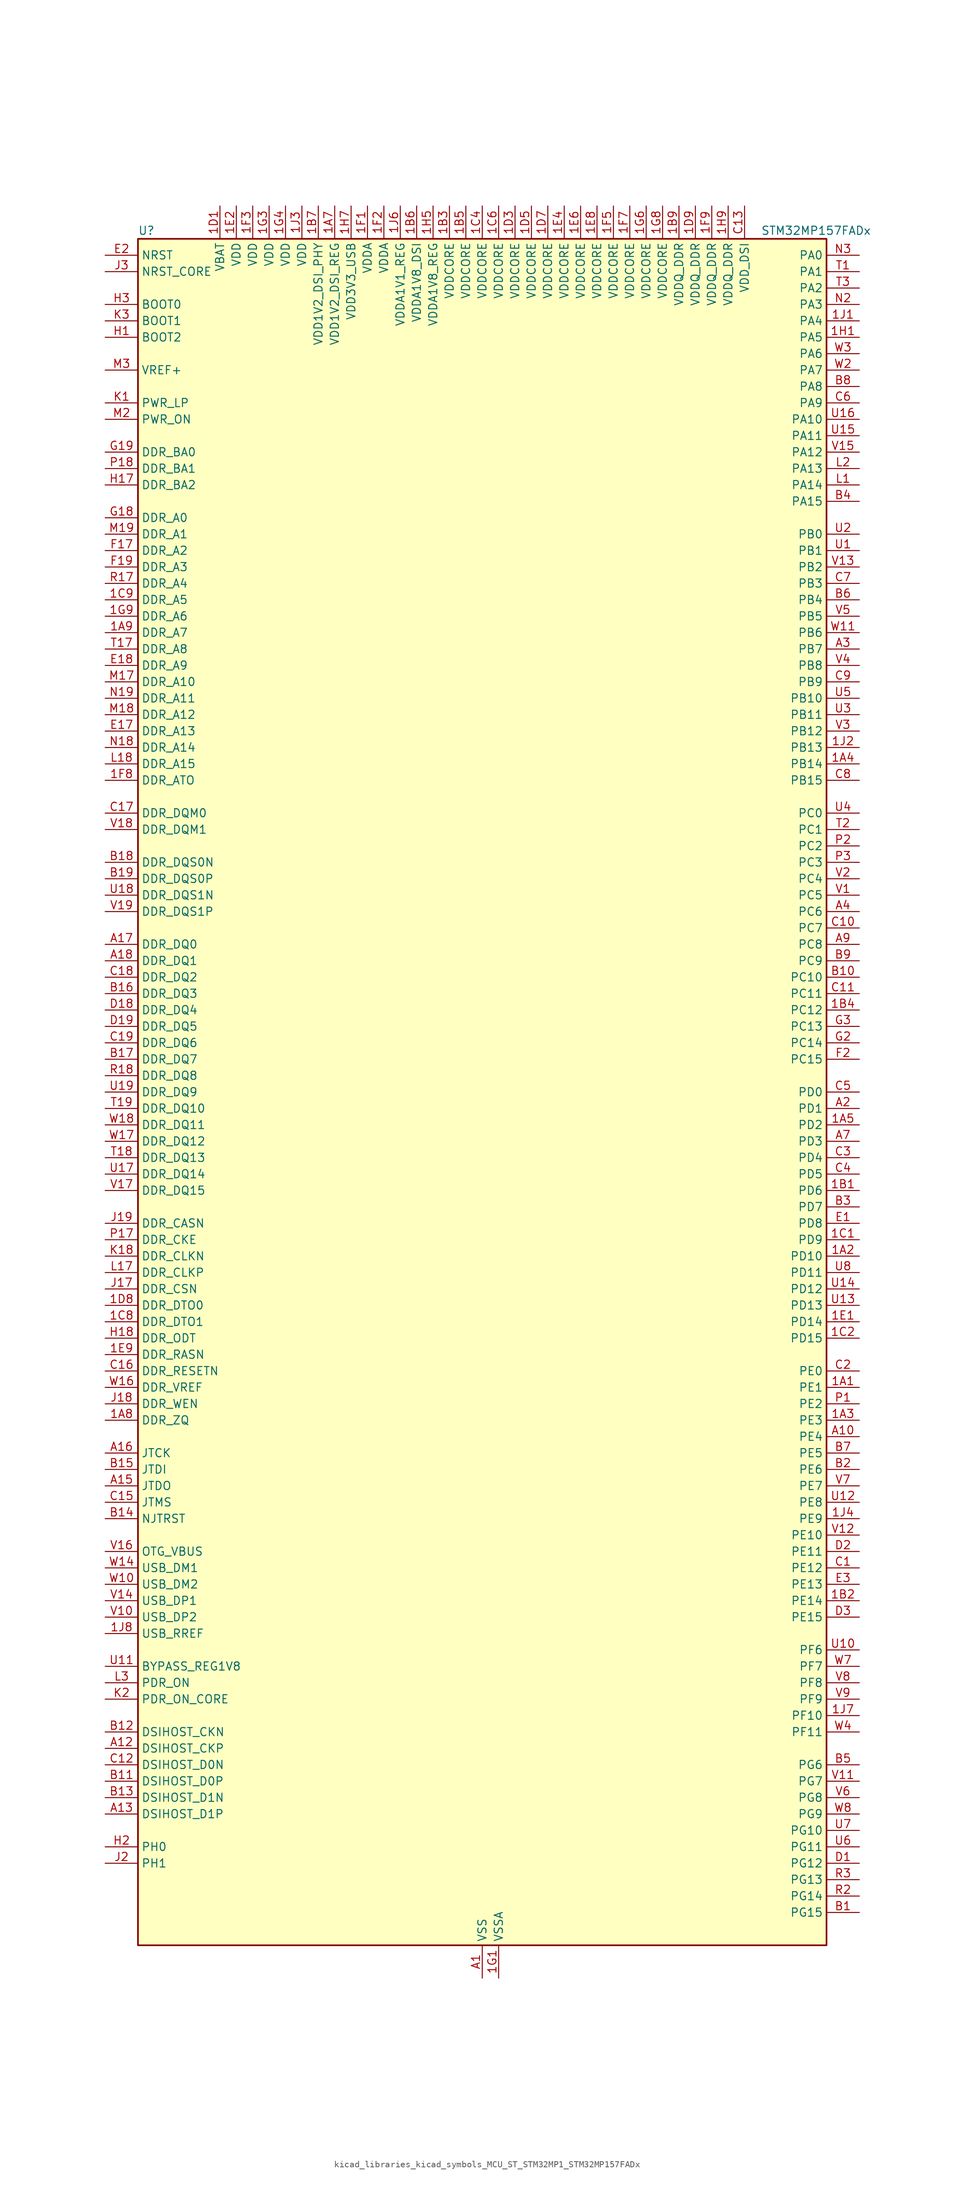
<source format=kicad_sym>
(kicad_symbol_lib
  (version 20220914)
  (generator kicad_symbol_editor)
  (symbol "kicad_libraries_kicad_symbols_MCU_ST_STM32MP1_STM32MP157FADx"
    (property "Reference" "U"
      (at -53.34 133.35 0)
      (effects (font (size 1.27 1.27)) (justify left)))
    (property "Value" "STM32MP157FADx"
      (at 43.18 133.35 0)
      (effects (font (size 1.27 1.27)) (justify left)))
    (property "ki_locked" ""
      (at 0 0 0)
      (effects (font (size 1.27 1.27))))
    (symbol "kicad_libraries_kicad_symbols_MCU_ST_STM32MP1_STM32MP157FADx_0_1"
      (rectangle (start -53.34 -132.08) (end 53.34 132.08) (stroke (width 0.254) (type default)) (fill (type background))))
    (symbol "kicad_libraries_kicad_symbols_MCU_ST_STM32MP1_STM32MP157FADx_1_1"
      (pin bidirectional line (at 58.42 -45.72 180) (length 5.08) (name "PE1" (effects (font (size 1.27 1.27)))) (number "1A1" (effects (font (size 1.27 1.27)))) (alternate "DCMI_D3" bidirectional line) (alternate "FMC_NBL1" bidirectional line) (alternate "I2S2_MCK" bidirectional line) (alternate "LPTIM1_IN2" bidirectional line) (alternate "SAI3_SD_B" bidirectional line) (alternate "UART8_TX" bidirectional line))
      (pin bidirectional line (at 58.42 -25.4 180) (length 5.08) (name "PD10" (effects (font (size 1.27 1.27)))) (number "1A2" (effects (font (size 1.27 1.27)))) (alternate "DFSDM1_CKOUT" bidirectional line) (alternate "FMC_D15" bidirectional line) (alternate "FMC_DA15" bidirectional line) (alternate "I2C5_SMBA" bidirectional line) (alternate "I2S3_SDI" bidirectional line) (alternate "LTDC_B3" bidirectional line) (alternate "RTC_REFIN" bidirectional line) (alternate "SAI3_FS_B" bidirectional line) (alternate "SPI3_MISO" bidirectional line) (alternate "TIM16_BKIN" bidirectional line) (alternate "USART3_CK" bidirectional line))
      (pin bidirectional line (at 58.42 -50.8 180) (length 5.08) (name "PE3" (effects (font (size 1.27 1.27)))) (number "1A3" (effects (font (size 1.27 1.27)))) (alternate "DEBUG_TRACED0" bidirectional line) (alternate "FMC_A19" bidirectional line) (alternate "SAI1_SD_B" bidirectional line) (alternate "SDMMC2_CK" bidirectional line) (alternate "TIM15_BKIN" bidirectional line))
      (pin bidirectional line (at 58.42 50.8 180) (length 5.08) (name "PB14" (effects (font (size 1.27 1.27)))) (number "1A4" (effects (font (size 1.27 1.27)))) (alternate "DFSDM1_DATIN2" bidirectional line) (alternate "I2S2_SDI" bidirectional line) (alternate "SDMMC2_D0" bidirectional line) (alternate "SPI2_MISO" bidirectional line) (alternate "TIM12_CH1" bidirectional line) (alternate "TIM1_CH2N" bidirectional line) (alternate "TIM8_CH2N" bidirectional line) (alternate "USART1_TX" bidirectional line) (alternate "USART3_DE" bidirectional line) (alternate "USART3_RTS" bidirectional line))
      (pin bidirectional line (at 58.42 -5.08 180) (length 5.08) (name "PD2" (effects (font (size 1.27 1.27)))) (number "1A5" (effects (font (size 1.27 1.27)))) (alternate "DCMI_D11" bidirectional line) (alternate "I2C5_SMBA" bidirectional line) (alternate "SDMMC1_CMD" bidirectional line) (alternate "TIM3_ETR" bidirectional line) (alternate "UART4_RX" bidirectional line) (alternate "UART5_RX" bidirectional line))
      (pin passive line (at 0 -137.16 90) (length 5.08) hide (name "VSS" (effects (font (size 1.27 1.27)))) (number "1A6" (effects (font (size 1.27 1.27)))))
      (pin power_in line (at -22.86 137.16 270) (length 5.08) (name "VDD1V2_DSI_REG" (effects (font (size 1.27 1.27)))) (number "1A7" (effects (font (size 1.27 1.27)))))
      (pin bidirectional line (at -58.42 -50.8 0) (length 5.08) (name "DDR_ZQ" (effects (font (size 1.27 1.27)))) (number "1A8" (effects (font (size 1.27 1.27)))) (alternate "DDR_ZQ" bidirectional line))
      (pin bidirectional line (at -58.42 71.12 0) (length 5.08) (name "DDR_A7" (effects (font (size 1.27 1.27)))) (number "1A9" (effects (font (size 1.27 1.27)))) (alternate "DDR_A7" bidirectional line))
      (pin bidirectional line (at 58.42 -15.24 180) (length 5.08) (name "PD6" (effects (font (size 1.27 1.27)))) (number "1B1" (effects (font (size 1.27 1.27)))) (alternate "DCMI_D10" bidirectional line) (alternate "DFSDM1_CKIN4" bidirectional line) (alternate "DFSDM1_DATIN1" bidirectional line) (alternate "FMC_NWAIT" bidirectional line) (alternate "I2S3_SDO" bidirectional line) (alternate "LTDC_B2" bidirectional line) (alternate "SAI1_D1" bidirectional line) (alternate "SAI1_SD_A" bidirectional line) (alternate "SPI3_MOSI" bidirectional line) (alternate "TIM16_CH1N" bidirectional line) (alternate "USART2_RX" bidirectional line))
      (pin bidirectional line (at 58.42 -78.74 180) (length 5.08) (name "PE14" (effects (font (size 1.27 1.27)))) (number "1B2" (effects (font (size 1.27 1.27)))) (alternate "FMC_D11" bidirectional line) (alternate "FMC_DA11" bidirectional line) (alternate "LTDC_CLK" bidirectional line) (alternate "LTDC_G0" bidirectional line) (alternate "SAI2_MCLK_B" bidirectional line) (alternate "SDMMC1_D123DIR" bidirectional line) (alternate "SPI4_MOSI" bidirectional line) (alternate "TIM1_CH4" bidirectional line) (alternate "UART8_DE" bidirectional line) (alternate "UART8_RTS" bidirectional line))
      (pin power_in line (at -5.08 137.16 270) (length 5.08) (name "VDDCORE" (effects (font (size 1.27 1.27)))) (number "1B3" (effects (font (size 1.27 1.27)))))
      (pin bidirectional line (at 58.42 12.7 180) (length 5.08) (name "PC12" (effects (font (size 1.27 1.27)))) (number "1B4" (effects (font (size 1.27 1.27)))) (alternate "DCMI_D9" bidirectional line) (alternate "DEBUG_TRACECLK" bidirectional line) (alternate "I2S3_SDO" bidirectional line) (alternate "RCC_MCO_2" bidirectional line) (alternate "SAI4_D3" bidirectional line) (alternate "SAI4_SD_B" bidirectional line) (alternate "SDMMC1_CK" bidirectional line) (alternate "SPI3_MOSI" bidirectional line) (alternate "UART5_TX" bidirectional line) (alternate "USART3_CK" bidirectional line))
      (pin power_in line (at -2.54 137.16 270) (length 5.08) (name "VDDCORE" (effects (font (size 1.27 1.27)))) (number "1B5" (effects (font (size 1.27 1.27)))))
      (pin power_in line (at -10.16 137.16 270) (length 5.08) (name "VDDA1V8_DSI" (effects (font (size 1.27 1.27)))) (number "1B6" (effects (font (size 1.27 1.27)))))
      (pin power_in line (at -25.4 137.16 270) (length 5.08) (name "VDD1V2_DSI_PHY" (effects (font (size 1.27 1.27)))) (number "1B7" (effects (font (size 1.27 1.27)))))
      (pin passive line (at 0 -137.16 90) (length 5.08) hide (name "VSS" (effects (font (size 1.27 1.27)))) (number "1B8" (effects (font (size 1.27 1.27)))))
      (pin power_in line (at 30.48 137.16 270) (length 5.08) (name "VDDQ_DDR" (effects (font (size 1.27 1.27)))) (number "1B9" (effects (font (size 1.27 1.27)))))
      (pin bidirectional line (at 58.42 -22.86 180) (length 5.08) (name "PD9" (effects (font (size 1.27 1.27)))) (number "1C1" (effects (font (size 1.27 1.27)))) (alternate "DAC1_EXTI9" bidirectional line) (alternate "DCMI_HSYNC" bidirectional line) (alternate "DFSDM1_DATIN3" bidirectional line) (alternate "FMC_D14" bidirectional line) (alternate "FMC_DA14" bidirectional line) (alternate "LTDC_B0" bidirectional line) (alternate "SAI3_SD_B" bidirectional line) (alternate "USART3_RX" bidirectional line))
      (pin bidirectional line (at 58.42 -38.1 180) (length 5.08) (name "PD15" (effects (font (size 1.27 1.27)))) (number "1C2" (effects (font (size 1.27 1.27)))) (alternate "ADC1_EXTI15" bidirectional line) (alternate "ADC2_EXTI15" bidirectional line) (alternate "FMC_D1" bidirectional line) (alternate "FMC_DA1" bidirectional line) (alternate "LTDC_R1" bidirectional line) (alternate "SAI3_MCLK_A" bidirectional line) (alternate "TIM4_CH4" bidirectional line) (alternate "UART8_CTS" bidirectional line))
      (pin passive line (at 0 -137.16 90) (length 5.08) hide (name "VSS" (effects (font (size 1.27 1.27)))) (number "1C3" (effects (font (size 1.27 1.27)))))
      (pin power_in line (at 0 137.16 270) (length 5.08) (name "VDDCORE" (effects (font (size 1.27 1.27)))) (number "1C4" (effects (font (size 1.27 1.27)))))
      (pin passive line (at 0 -137.16 90) (length 5.08) hide (name "VSS" (effects (font (size 1.27 1.27)))) (number "1C5" (effects (font (size 1.27 1.27)))))
      (pin power_in line (at 2.54 137.16 270) (length 5.08) (name "VDDCORE" (effects (font (size 1.27 1.27)))) (number "1C6" (effects (font (size 1.27 1.27)))))
      (pin passive line (at 0 -137.16 90) (length 5.08) hide (name "VSS" (effects (font (size 1.27 1.27)))) (number "1C7" (effects (font (size 1.27 1.27)))))
      (pin bidirectional line (at -58.42 -35.56 0) (length 5.08) (name "DDR_DTO1" (effects (font (size 1.27 1.27)))) (number "1C8" (effects (font (size 1.27 1.27)))) (alternate "DDR_DTO1" bidirectional line))
      (pin bidirectional line (at -58.42 76.2 0) (length 5.08) (name "DDR_A5" (effects (font (size 1.27 1.27)))) (number "1C9" (effects (font (size 1.27 1.27)))) (alternate "DDR_A5" bidirectional line))
      (pin power_in line (at -40.64 137.16 270) (length 5.08) (name "VBAT" (effects (font (size 1.27 1.27)))) (number "1D1" (effects (font (size 1.27 1.27)))))
      (pin passive line (at 0 -137.16 90) (length 5.08) hide (name "VSS" (effects (font (size 1.27 1.27)))) (number "1D2" (effects (font (size 1.27 1.27)))))
      (pin power_in line (at 5.08 137.16 270) (length 5.08) (name "VDDCORE" (effects (font (size 1.27 1.27)))) (number "1D3" (effects (font (size 1.27 1.27)))))
      (pin passive line (at 0 -137.16 90) (length 5.08) hide (name "VSS" (effects (font (size 1.27 1.27)))) (number "1D4" (effects (font (size 1.27 1.27)))))
      (pin power_in line (at 7.62 137.16 270) (length 5.08) (name "VDDCORE" (effects (font (size 1.27 1.27)))) (number "1D5" (effects (font (size 1.27 1.27)))))
      (pin passive line (at 0 -137.16 90) (length 5.08) hide (name "VSS" (effects (font (size 1.27 1.27)))) (number "1D6" (effects (font (size 1.27 1.27)))))
      (pin power_in line (at 10.16 137.16 270) (length 5.08) (name "VDDCORE" (effects (font (size 1.27 1.27)))) (number "1D7" (effects (font (size 1.27 1.27)))))
      (pin bidirectional line (at -58.42 -33.02 0) (length 5.08) (name "DDR_DTO0" (effects (font (size 1.27 1.27)))) (number "1D8" (effects (font (size 1.27 1.27)))) (alternate "DDR_DTO0" bidirectional line))
      (pin power_in line (at 33.02 137.16 270) (length 5.08) (name "VDDQ_DDR" (effects (font (size 1.27 1.27)))) (number "1D9" (effects (font (size 1.27 1.27)))))
      (pin bidirectional line (at 58.42 -35.56 180) (length 5.08) (name "PD14" (effects (font (size 1.27 1.27)))) (number "1E1" (effects (font (size 1.27 1.27)))) (alternate "FMC_D0" bidirectional line) (alternate "FMC_DA0" bidirectional line) (alternate "SAI3_MCLK_B" bidirectional line) (alternate "TIM4_CH3" bidirectional line) (alternate "UART8_CTS" bidirectional line))
      (pin power_in line (at -38.1 137.16 270) (length 5.08) (name "VDD" (effects (font (size 1.27 1.27)))) (number "1E2" (effects (font (size 1.27 1.27)))))
      (pin passive line (at 0 -137.16 90) (length 5.08) hide (name "VSS" (effects (font (size 1.27 1.27)))) (number "1E3" (effects (font (size 1.27 1.27)))))
      (pin power_in line (at 12.7 137.16 270) (length 5.08) (name "VDDCORE" (effects (font (size 1.27 1.27)))) (number "1E4" (effects (font (size 1.27 1.27)))))
      (pin passive line (at 0 -137.16 90) (length 5.08) hide (name "VSS" (effects (font (size 1.27 1.27)))) (number "1E5" (effects (font (size 1.27 1.27)))))
      (pin power_in line (at 15.24 137.16 270) (length 5.08) (name "VDDCORE" (effects (font (size 1.27 1.27)))) (number "1E6" (effects (font (size 1.27 1.27)))))
      (pin passive line (at 0 -137.16 90) (length 5.08) hide (name "VSS" (effects (font (size 1.27 1.27)))) (number "1E7" (effects (font (size 1.27 1.27)))))
      (pin power_in line (at 17.78 137.16 270) (length 5.08) (name "VDDCORE" (effects (font (size 1.27 1.27)))) (number "1E8" (effects (font (size 1.27 1.27)))))
      (pin bidirectional line (at -58.42 -40.64 0) (length 5.08) (name "DDR_RASN" (effects (font (size 1.27 1.27)))) (number "1E9" (effects (font (size 1.27 1.27)))) (alternate "DDR_RASN" bidirectional line))
      (pin power_in line (at -17.78 137.16 270) (length 5.08) (name "VDDA" (effects (font (size 1.27 1.27)))) (number "1F1" (effects (font (size 1.27 1.27)))))
      (pin power_in line (at -15.24 137.16 270) (length 5.08) (name "VDDA" (effects (font (size 1.27 1.27)))) (number "1F2" (effects (font (size 1.27 1.27)))))
      (pin power_in line (at -35.56 137.16 270) (length 5.08) (name "VDD" (effects (font (size 1.27 1.27)))) (number "1F3" (effects (font (size 1.27 1.27)))))
      (pin passive line (at 0 -137.16 90) (length 5.08) hide (name "VSS" (effects (font (size 1.27 1.27)))) (number "1F4" (effects (font (size 1.27 1.27)))))
      (pin power_in line (at 20.32 137.16 270) (length 5.08) (name "VDDCORE" (effects (font (size 1.27 1.27)))) (number "1F5" (effects (font (size 1.27 1.27)))))
      (pin passive line (at 0 -137.16 90) (length 5.08) hide (name "VSS" (effects (font (size 1.27 1.27)))) (number "1F6" (effects (font (size 1.27 1.27)))))
      (pin power_in line (at 22.86 137.16 270) (length 5.08) (name "VDDCORE" (effects (font (size 1.27 1.27)))) (number "1F7" (effects (font (size 1.27 1.27)))))
      (pin bidirectional line (at -58.42 48.26 0) (length 5.08) (name "DDR_ATO" (effects (font (size 1.27 1.27)))) (number "1F8" (effects (font (size 1.27 1.27)))) (alternate "DDR_ATO" bidirectional line))
      (pin power_in line (at 35.56 137.16 270) (length 5.08) (name "VDDQ_DDR" (effects (font (size 1.27 1.27)))) (number "1F9" (effects (font (size 1.27 1.27)))))
      (pin power_in line (at 2.54 -137.16 90) (length 5.08) (name "VSSA" (effects (font (size 1.27 1.27)))) (number "1G1" (effects (font (size 1.27 1.27)))))
      (pin passive line (at 0 -137.16 90) (length 5.08) hide (name "VSS" (effects (font (size 1.27 1.27)))) (number "1G2" (effects (font (size 1.27 1.27)))))
      (pin power_in line (at -33.02 137.16 270) (length 5.08) (name "VDD" (effects (font (size 1.27 1.27)))) (number "1G3" (effects (font (size 1.27 1.27)))))
      (pin power_in line (at -30.48 137.16 270) (length 5.08) (name "VDD" (effects (font (size 1.27 1.27)))) (number "1G4" (effects (font (size 1.27 1.27)))))
      (pin passive line (at 0 -137.16 90) (length 5.08) hide (name "VSS" (effects (font (size 1.27 1.27)))) (number "1G5" (effects (font (size 1.27 1.27)))))
      (pin power_in line (at 25.4 137.16 270) (length 5.08) (name "VDDCORE" (effects (font (size 1.27 1.27)))) (number "1G6" (effects (font (size 1.27 1.27)))))
      (pin passive line (at 0 -137.16 90) (length 5.08) hide (name "VSS" (effects (font (size 1.27 1.27)))) (number "1G7" (effects (font (size 1.27 1.27)))))
      (pin power_in line (at 27.94 137.16 270) (length 5.08) (name "VDDCORE" (effects (font (size 1.27 1.27)))) (number "1G8" (effects (font (size 1.27 1.27)))))
      (pin bidirectional line (at -58.42 73.66 0) (length 5.08) (name "DDR_A6" (effects (font (size 1.27 1.27)))) (number "1G9" (effects (font (size 1.27 1.27)))) (alternate "DDR_A6" bidirectional line))
      (pin bidirectional line (at 58.42 116.84 180) (length 5.08) (name "PA5" (effects (font (size 1.27 1.27)))) (number "1H1" (effects (font (size 1.27 1.27)))) (alternate "ADC1_INN18" bidirectional line) (alternate "ADC1_INP19" bidirectional line) (alternate "ADC2_INN18" bidirectional line) (alternate "ADC2_INP19" bidirectional line) (alternate "DAC1_OUT2" bidirectional line) (alternate "I2S1_CK" bidirectional line) (alternate "LTDC_R4" bidirectional line) (alternate "SAI4_CK1" bidirectional line) (alternate "SAI4_MCLK_A" bidirectional line) (alternate "SPI1_SCK" bidirectional line) (alternate "SPI6_SCK" bidirectional line) (alternate "TIM2_CH1" bidirectional line) (alternate "TIM2_ETR" bidirectional line) (alternate "TIM8_CH1N" bidirectional line))
      (pin passive line (at 0 -137.16 90) (length 5.08) hide (name "VSS" (effects (font (size 1.27 1.27)))) (number "1H2" (effects (font (size 1.27 1.27)))))
      (pin passive line (at 0 -137.16 90) (length 5.08) hide (name "VSS" (effects (font (size 1.27 1.27)))) (number "1H3" (effects (font (size 1.27 1.27)))))
      (pin passive line (at 0 -137.16 90) (length 5.08) hide (name "VSS" (effects (font (size 1.27 1.27)))) (number "1H4" (effects (font (size 1.27 1.27)))))
      (pin power_in line (at -7.62 137.16 270) (length 5.08) (name "VDDA1V8_REG" (effects (font (size 1.27 1.27)))) (number "1H5" (effects (font (size 1.27 1.27)))))
      (pin passive line (at 0 -137.16 90) (length 5.08) hide (name "VSS" (effects (font (size 1.27 1.27)))) (number "1H6" (effects (font (size 1.27 1.27)))))
      (pin power_in line (at -20.32 137.16 270) (length 5.08) (name "VDD3V3_USB" (effects (font (size 1.27 1.27)))) (number "1H7" (effects (font (size 1.27 1.27)))))
      (pin passive line (at 0 -137.16 90) (length 5.08) hide (name "VSS" (effects (font (size 1.27 1.27)))) (number "1H8" (effects (font (size 1.27 1.27)))))
      (pin power_in line (at 38.1 137.16 270) (length 5.08) (name "VDDQ_DDR" (effects (font (size 1.27 1.27)))) (number "1H9" (effects (font (size 1.27 1.27)))))
      (pin bidirectional line (at 58.42 119.38 180) (length 5.08) (name "PA4" (effects (font (size 1.27 1.27)))) (number "1J1" (effects (font (size 1.27 1.27)))) (alternate "ADC1_INP18" bidirectional line) (alternate "ADC2_INP18" bidirectional line) (alternate "DAC1_OUT1" bidirectional line) (alternate "DCMI_HSYNC" bidirectional line) (alternate "HDP_HDP0" bidirectional line) (alternate "I2S1_WS" bidirectional line) (alternate "I2S3_WS" bidirectional line) (alternate "LTDC_VSYNC" bidirectional line) (alternate "SAI4_D2" bidirectional line) (alternate "SAI4_FS_A" bidirectional line) (alternate "SPI1_NSS" bidirectional line) (alternate "SPI3_NSS" bidirectional line) (alternate "SPI6_NSS" bidirectional line) (alternate "TIM5_ETR" bidirectional line) (alternate "USART2_CK" bidirectional line))
      (pin bidirectional line (at 58.42 53.34 180) (length 5.08) (name "PB13" (effects (font (size 1.27 1.27)))) (number "1J2" (effects (font (size 1.27 1.27)))) (alternate "DFSDM1_CKIN1" bidirectional line) (alternate "DFSDM1_CKOUT" bidirectional line) (alternate "ETH1_TXD1" bidirectional line) (alternate "FDCAN2_TX" bidirectional line) (alternate "I2S2_CK" bidirectional line) (alternate "LPTIM2_OUT" bidirectional line) (alternate "SPI2_SCK" bidirectional line) (alternate "TIM1_CH1N" bidirectional line) (alternate "UART5_TX" bidirectional line) (alternate "USART3_CTS" bidirectional line) (alternate "USART3_NSS" bidirectional line))
      (pin power_in line (at -27.94 137.16 270) (length 5.08) (name "VDD" (effects (font (size 1.27 1.27)))) (number "1J3" (effects (font (size 1.27 1.27)))))
      (pin bidirectional line (at 58.42 -66.04 180) (length 5.08) (name "PE9" (effects (font (size 1.27 1.27)))) (number "1J4" (effects (font (size 1.27 1.27)))) (alternate "DAC1_EXTI9" bidirectional line) (alternate "DFSDM1_CKOUT" bidirectional line) (alternate "FMC_D6" bidirectional line) (alternate "FMC_DA6" bidirectional line) (alternate "QUADSPI_BK2_IO2" bidirectional line) (alternate "TIM1_CH1" bidirectional line) (alternate "UART7_DE" bidirectional line) (alternate "UART7_RTS" bidirectional line))
      (pin passive line (at 0 -137.16 90) (length 5.08) hide (name "VSS" (effects (font (size 1.27 1.27)))) (number "1J5" (effects (font (size 1.27 1.27)))))
      (pin power_in line (at -12.7 137.16 270) (length 5.08) (name "VDDA1V1_REG" (effects (font (size 1.27 1.27)))) (number "1J6" (effects (font (size 1.27 1.27)))))
      (pin bidirectional line (at 58.42 -96.52 180) (length 5.08) (name "PF10" (effects (font (size 1.27 1.27)))) (number "1J7" (effects (font (size 1.27 1.27)))) (alternate "DCMI_D11" bidirectional line) (alternate "LTDC_DE" bidirectional line) (alternate "QUADSPI_CLK" bidirectional line) (alternate "SAI1_D3" bidirectional line) (alternate "SAI1_D4" bidirectional line) (alternate "SAI4_D3" bidirectional line) (alternate "SAI4_D4" bidirectional line) (alternate "TIM16_BKIN" bidirectional line))
      (pin bidirectional line (at -58.42 -83.82 0) (length 5.08) (name "USB_RREF" (effects (font (size 1.27 1.27)))) (number "1J8" (effects (font (size 1.27 1.27)))))
      (pin passive line (at 0 -137.16 90) (length 5.08) hide (name "VSS" (effects (font (size 1.27 1.27)))) (number "1J9" (effects (font (size 1.27 1.27)))))
      (pin power_in line (at 0 -137.16 90) (length 5.08) (name "VSS" (effects (font (size 1.27 1.27)))) (number "A1" (effects (font (size 1.27 1.27)))))
      (pin bidirectional line (at 58.42 -53.34 180) (length 5.08) (name "PE4" (effects (font (size 1.27 1.27)))) (number "A10" (effects (font (size 1.27 1.27)))) (alternate "DCMI_D4" bidirectional line) (alternate "DEBUG_TRACED1" bidirectional line) (alternate "DFSDM1_DATIN3" bidirectional line) (alternate "FMC_A20" bidirectional line) (alternate "LTDC_B0" bidirectional line) (alternate "SAI1_D2" bidirectional line) (alternate "SAI1_FS_A" bidirectional line) (alternate "SDMMC1_CKIN" bidirectional line) (alternate "SDMMC1_D4" bidirectional line) (alternate "SDMMC2_CKIN" bidirectional line) (alternate "SDMMC2_D4" bidirectional line) (alternate "SPI4_NSS" bidirectional line) (alternate "TIM15_CH1N" bidirectional line))
      (pin bidirectional line (at -58.42 -101.6 0) (length 5.08) (name "DSIHOST_CKP" (effects (font (size 1.27 1.27)))) (number "A12" (effects (font (size 1.27 1.27)))) (alternate "DSIHOST_CKP" bidirectional line))
      (pin bidirectional line (at -58.42 -111.76 0) (length 5.08) (name "DSIHOST_D1P" (effects (font (size 1.27 1.27)))) (number "A13" (effects (font (size 1.27 1.27)))) (alternate "DSIHOST_D1P" bidirectional line))
      (pin bidirectional line (at -58.42 -60.96 0) (length 5.08) (name "JTDO" (effects (font (size 1.27 1.27)))) (number "A15" (effects (font (size 1.27 1.27)))) (alternate "DEBUG_JTDO-SWO" bidirectional line))
      (pin bidirectional line (at -58.42 -55.88 0) (length 5.08) (name "JTCK" (effects (font (size 1.27 1.27)))) (number "A16" (effects (font (size 1.27 1.27)))) (alternate "DEBUG_JTCK-SWCLK" bidirectional line))
      (pin bidirectional line (at -58.42 22.86 0) (length 5.08) (name "DDR_DQ0" (effects (font (size 1.27 1.27)))) (number "A17" (effects (font (size 1.27 1.27)))) (alternate "DDR_DQ0" bidirectional line))
      (pin bidirectional line (at -58.42 20.32 0) (length 5.08) (name "DDR_DQ1" (effects (font (size 1.27 1.27)))) (number "A18" (effects (font (size 1.27 1.27)))) (alternate "DDR_DQ1" bidirectional line))
      (pin passive line (at 0 -137.16 90) (length 5.08) hide (name "VSS" (effects (font (size 1.27 1.27)))) (number "A19" (effects (font (size 1.27 1.27)))))
      (pin bidirectional line (at 58.42 -2.54 180) (length 5.08) (name "PD1" (effects (font (size 1.27 1.27)))) (number "A2" (effects (font (size 1.27 1.27)))) (alternate "DFSDM1_CKIN7" bidirectional line) (alternate "DFSDM1_DATIN6" bidirectional line) (alternate "FDCAN1_TX" bidirectional line) (alternate "FMC_D3" bidirectional line) (alternate "FMC_DA3" bidirectional line) (alternate "I2C5_SCL" bidirectional line) (alternate "I2C6_SCL" bidirectional line) (alternate "SAI3_SD_A" bidirectional line) (alternate "SDMMC3_D0" bidirectional line) (alternate "UART4_TX" bidirectional line))
      (pin bidirectional line (at 58.42 68.58 180) (length 5.08) (name "PB7" (effects (font (size 1.27 1.27)))) (number "A3" (effects (font (size 1.27 1.27)))) (alternate "DCMI_VSYNC" bidirectional line) (alternate "DFSDM1_CKIN5" bidirectional line) (alternate "FMC_NL" bidirectional line) (alternate "I2C1_SDA" bidirectional line) (alternate "I2C4_SDA" bidirectional line) (alternate "SDMMC2_D1" bidirectional line) (alternate "TIM17_CH1N" bidirectional line) (alternate "TIM4_CH2" bidirectional line) (alternate "USART1_RX" bidirectional line))
      (pin bidirectional line (at 58.42 27.94 180) (length 5.08) (name "PC6" (effects (font (size 1.27 1.27)))) (number "A4" (effects (font (size 1.27 1.27)))) (alternate "DCMI_D0" bidirectional line) (alternate "DFSDM1_CKIN3" bidirectional line) (alternate "DSIHOST_TE" bidirectional line) (alternate "HDP_HDP1" bidirectional line) (alternate "I2S2_MCK" bidirectional line) (alternate "LTDC_HSYNC" bidirectional line) (alternate "SDMMC1_D0DIR" bidirectional line) (alternate "SDMMC1_D6" bidirectional line) (alternate "SDMMC2_D0DIR" bidirectional line) (alternate "SDMMC2_D6" bidirectional line) (alternate "TIM3_CH1" bidirectional line) (alternate "TIM8_CH1" bidirectional line) (alternate "USART6_TX" bidirectional line))
      (pin passive line (at 0 -137.16 90) (length 5.08) hide (name "VSS" (effects (font (size 1.27 1.27)))) (number "A6" (effects (font (size 1.27 1.27)))))
      (pin bidirectional line (at 58.42 -7.62 180) (length 5.08) (name "PD3" (effects (font (size 1.27 1.27)))) (number "A7" (effects (font (size 1.27 1.27)))) (alternate "DCMI_D5" bidirectional line) (alternate "DFSDM1_CKOUT" bidirectional line) (alternate "DFSDM1_DATIN0" bidirectional line) (alternate "FMC_CLK" bidirectional line) (alternate "HDP_HDP5" bidirectional line) (alternate "I2S2_CK" bidirectional line) (alternate "LTDC_G7" bidirectional line) (alternate "SDMMC1_D123DIR" bidirectional line) (alternate "SDMMC1_D7" bidirectional line) (alternate "SDMMC2_D123DIR" bidirectional line) (alternate "SDMMC2_D7" bidirectional line) (alternate "SPI2_SCK" bidirectional line) (alternate "USART2_CTS" bidirectional line) (alternate "USART2_NSS" bidirectional line))
      (pin bidirectional line (at 58.42 22.86 180) (length 5.08) (name "PC8" (effects (font (size 1.27 1.27)))) (number "A9" (effects (font (size 1.27 1.27)))) (alternate "DCMI_D2" bidirectional line) (alternate "DEBUG_TRACED0" bidirectional line) (alternate "SDMMC1_D0" bidirectional line) (alternate "TIM3_CH3" bidirectional line) (alternate "TIM8_CH3" bidirectional line) (alternate "UART4_TX" bidirectional line) (alternate "UART5_DE" bidirectional line) (alternate "UART5_RTS" bidirectional line) (alternate "USART6_CK" bidirectional line))
      (pin bidirectional line (at 58.42 -127 180) (length 5.08) (name "PG15" (effects (font (size 1.27 1.27)))) (number "B1" (effects (font (size 1.27 1.27)))) (alternate "ADC1_EXTI15" bidirectional line) (alternate "ADC2_EXTI15" bidirectional line) (alternate "DCMI_D13" bidirectional line) (alternate "DEBUG_TRACED7" bidirectional line) (alternate "I2C2_SDA" bidirectional line) (alternate "SAI1_D2" bidirectional line) (alternate "SAI1_FS_A" bidirectional line) (alternate "SDMMC3_CK" bidirectional line) (alternate "USART6_CTS" bidirectional line) (alternate "USART6_NSS" bidirectional line))
      (pin bidirectional line (at 58.42 17.78 180) (length 5.08) (name "PC10" (effects (font (size 1.27 1.27)))) (number "B10" (effects (font (size 1.27 1.27)))) (alternate "DCMI_D8" bidirectional line) (alternate "DEBUG_TRACED2" bidirectional line) (alternate "DFSDM1_CKIN5" bidirectional line) (alternate "I2S3_CK" bidirectional line) (alternate "LTDC_R2" bidirectional line) (alternate "QUADSPI_BK1_IO1" bidirectional line) (alternate "SAI4_MCLK_B" bidirectional line) (alternate "SDMMC1_D2" bidirectional line) (alternate "SPI3_SCK" bidirectional line) (alternate "UART4_TX" bidirectional line) (alternate "USART3_TX" bidirectional line))
      (pin bidirectional line (at -58.42 -106.68 0) (length 5.08) (name "DSIHOST_D0P" (effects (font (size 1.27 1.27)))) (number "B11" (effects (font (size 1.27 1.27)))) (alternate "DSIHOST_D0P" bidirectional line))
      (pin bidirectional line (at -58.42 -99.06 0) (length 5.08) (name "DSIHOST_CKN" (effects (font (size 1.27 1.27)))) (number "B12" (effects (font (size 1.27 1.27)))) (alternate "DSIHOST_CKN" bidirectional line))
      (pin bidirectional line (at -58.42 -109.22 0) (length 5.08) (name "DSIHOST_D1N" (effects (font (size 1.27 1.27)))) (number "B13" (effects (font (size 1.27 1.27)))) (alternate "DSIHOST_D1N" bidirectional line))
      (pin bidirectional line (at -58.42 -66.04 0) (length 5.08) (name "NJTRST" (effects (font (size 1.27 1.27)))) (number "B14" (effects (font (size 1.27 1.27)))) (alternate "DEBUG_JTRST" bidirectional line))
      (pin bidirectional line (at -58.42 -58.42 0) (length 5.08) (name "JTDI" (effects (font (size 1.27 1.27)))) (number "B15" (effects (font (size 1.27 1.27)))) (alternate "DEBUG_JTDI" bidirectional line))
      (pin bidirectional line (at -58.42 15.24 0) (length 5.08) (name "DDR_DQ3" (effects (font (size 1.27 1.27)))) (number "B16" (effects (font (size 1.27 1.27)))) (alternate "DDR_DQ3" bidirectional line))
      (pin bidirectional line (at -58.42 5.08 0) (length 5.08) (name "DDR_DQ7" (effects (font (size 1.27 1.27)))) (number "B17" (effects (font (size 1.27 1.27)))) (alternate "DDR_DQ7" bidirectional line))
      (pin bidirectional line (at -58.42 35.56 0) (length 5.08) (name "DDR_DQS0N" (effects (font (size 1.27 1.27)))) (number "B18" (effects (font (size 1.27 1.27)))) (alternate "DDR_DQS0N" bidirectional line))
      (pin bidirectional line (at -58.42 33.02 0) (length 5.08) (name "DDR_DQS0P" (effects (font (size 1.27 1.27)))) (number "B19" (effects (font (size 1.27 1.27)))) (alternate "DDR_DQS0P" bidirectional line))
      (pin bidirectional line (at 58.42 -58.42 180) (length 5.08) (name "PE6" (effects (font (size 1.27 1.27)))) (number "B2" (effects (font (size 1.27 1.27)))) (alternate "DCMI_D7" bidirectional line) (alternate "DEBUG_TRACED2" bidirectional line) (alternate "FMC_A22" bidirectional line) (alternate "LTDC_G1" bidirectional line) (alternate "SAI1_D1" bidirectional line) (alternate "SAI1_SD_A" bidirectional line) (alternate "SAI2_MCLK_B" bidirectional line) (alternate "SDMMC1_D2" bidirectional line) (alternate "SDMMC2_D0" bidirectional line) (alternate "SPI4_MOSI" bidirectional line) (alternate "TIM15_CH2" bidirectional line) (alternate "TIM1_BKIN2" bidirectional line))
      (pin bidirectional line (at 58.42 -17.78 180) (length 5.08) (name "PD7" (effects (font (size 1.27 1.27)))) (number "B3" (effects (font (size 1.27 1.27)))) (alternate "DEBUG_TRACED6" bidirectional line) (alternate "DFSDM1_CKIN1" bidirectional line) (alternate "DFSDM1_DATIN4" bidirectional line) (alternate "FMC_NE1" bidirectional line) (alternate "I2C2_SCL" bidirectional line) (alternate "SDMMC3_D3" bidirectional line) (alternate "SPDIFRX_IN0" bidirectional line) (alternate "USART2_CK" bidirectional line))
      (pin bidirectional line (at 58.42 91.44 180) (length 5.08) (name "PA15" (effects (font (size 1.27 1.27)))) (number "B4" (effects (font (size 1.27 1.27)))) (alternate "ADC1_EXTI15" bidirectional line) (alternate "ADC2_EXTI15" bidirectional line) (alternate "CEC" bidirectional line) (alternate "DEBUG_DBTRGI" bidirectional line) (alternate "I2S1_WS" bidirectional line) (alternate "I2S3_WS" bidirectional line) (alternate "LTDC_R1" bidirectional line) (alternate "SAI4_D2" bidirectional line) (alternate "SAI4_FS_A" bidirectional line) (alternate "SDMMC1_CDIR" bidirectional line) (alternate "SDMMC1_D5" bidirectional line) (alternate "SDMMC2_CDIR" bidirectional line) (alternate "SDMMC2_D5" bidirectional line) (alternate "SPI1_NSS" bidirectional line) (alternate "SPI3_NSS" bidirectional line) (alternate "SPI6_NSS" bidirectional line) (alternate "TIM2_CH1" bidirectional line) (alternate "TIM2_ETR" bidirectional line) (alternate "UART4_DE" bidirectional line) (alternate "UART4_RTS" bidirectional line) (alternate "UART7_TX" bidirectional line))
      (pin bidirectional line (at 58.42 -104.14 180) (length 5.08) (name "PG6" (effects (font (size 1.27 1.27)))) (number "B5" (effects (font (size 1.27 1.27)))) (alternate "DCMI_D12" bidirectional line) (alternate "DEBUG_TRACED14" bidirectional line) (alternate "LTDC_R7" bidirectional line) (alternate "SDMMC2_CMD" bidirectional line) (alternate "TIM17_BKIN" bidirectional line))
      (pin bidirectional line (at 58.42 76.2 180) (length 5.08) (name "PB4" (effects (font (size 1.27 1.27)))) (number "B6" (effects (font (size 1.27 1.27)))) (alternate "DEBUG_TRACED8" bidirectional line) (alternate "I2S1_SDI" bidirectional line) (alternate "I2S2_WS" bidirectional line) (alternate "I2S3_SDI" bidirectional line) (alternate "SAI4_CK2" bidirectional line) (alternate "SAI4_SCK_A" bidirectional line) (alternate "SDMMC2_D3" bidirectional line) (alternate "SPI1_MISO" bidirectional line) (alternate "SPI2_NSS" bidirectional line) (alternate "SPI3_MISO" bidirectional line) (alternate "SPI6_MISO" bidirectional line) (alternate "TIM16_BKIN" bidirectional line) (alternate "TIM3_CH1" bidirectional line) (alternate "UART7_TX" bidirectional line))
      (pin bidirectional line (at 58.42 -55.88 180) (length 5.08) (name "PE5" (effects (font (size 1.27 1.27)))) (number "B7" (effects (font (size 1.27 1.27)))) (alternate "DCMI_D6" bidirectional line) (alternate "DEBUG_TRACED3" bidirectional line) (alternate "DFSDM1_CKIN3" bidirectional line) (alternate "FMC_A21" bidirectional line) (alternate "LTDC_G0" bidirectional line) (alternate "SAI1_CK2" bidirectional line) (alternate "SAI1_SCK_A" bidirectional line) (alternate "SDMMC1_D0DIR" bidirectional line) (alternate "SDMMC1_D6" bidirectional line) (alternate "SDMMC2_D0DIR" bidirectional line) (alternate "SDMMC2_D6" bidirectional line) (alternate "SPI4_MISO" bidirectional line) (alternate "TIM15_CH1" bidirectional line))
      (pin bidirectional line (at 58.42 109.22 180) (length 5.08) (name "PA8" (effects (font (size 1.27 1.27)))) (number "B8" (effects (font (size 1.27 1.27)))) (alternate "I2C3_SCL" bidirectional line) (alternate "I2S3_SDO" bidirectional line) (alternate "LTDC_R6" bidirectional line) (alternate "RCC_MCO_1" bidirectional line) (alternate "SAI4_SD_B" bidirectional line) (alternate "SDMMC2_CKIN" bidirectional line) (alternate "SDMMC2_D4" bidirectional line) (alternate "SPI3_MOSI" bidirectional line) (alternate "TIM1_CH1" bidirectional line) (alternate "TIM8_BKIN2" bidirectional line) (alternate "UART7_RX" bidirectional line) (alternate "USART1_CK" bidirectional line) (alternate "USB_OTG_HS_SOF" bidirectional line))
      (pin bidirectional line (at 58.42 20.32 180) (length 5.08) (name "PC9" (effects (font (size 1.27 1.27)))) (number "B9" (effects (font (size 1.27 1.27)))) (alternate "DAC1_EXTI9" bidirectional line) (alternate "DCMI_D3" bidirectional line) (alternate "DEBUG_TRACED1" bidirectional line) (alternate "I2C3_SDA" bidirectional line) (alternate "I2S_CKIN" bidirectional line) (alternate "LTDC_B2" bidirectional line) (alternate "QUADSPI_BK1_IO0" bidirectional line) (alternate "SDMMC1_D1" bidirectional line) (alternate "TIM3_CH4" bidirectional line) (alternate "TIM8_CH4" bidirectional line) (alternate "UART5_CTS" bidirectional line))
      (pin bidirectional line (at 58.42 -73.66 180) (length 5.08) (name "PE12" (effects (font (size 1.27 1.27)))) (number "C1" (effects (font (size 1.27 1.27)))) (alternate "DFSDM1_DATIN5" bidirectional line) (alternate "FMC_D9" bidirectional line) (alternate "FMC_DA9" bidirectional line) (alternate "LTDC_B4" bidirectional line) (alternate "SAI2_SCK_B" bidirectional line) (alternate "SDMMC1_D0DIR" bidirectional line) (alternate "SPI4_SCK" bidirectional line) (alternate "TIM1_CH3N" bidirectional line))
      (pin bidirectional line (at 58.42 25.4 180) (length 5.08) (name "PC7" (effects (font (size 1.27 1.27)))) (number "C10" (effects (font (size 1.27 1.27)))) (alternate "DCMI_D1" bidirectional line) (alternate "DFSDM1_DATIN3" bidirectional line) (alternate "HDP_HDP4" bidirectional line) (alternate "I2S3_MCK" bidirectional line) (alternate "LTDC_G6" bidirectional line) (alternate "SDMMC1_D123DIR" bidirectional line) (alternate "SDMMC1_D7" bidirectional line) (alternate "SDMMC2_D123DIR" bidirectional line) (alternate "SDMMC2_D7" bidirectional line) (alternate "TIM3_CH2" bidirectional line) (alternate "TIM8_CH2" bidirectional line) (alternate "USART6_RX" bidirectional line))
      (pin bidirectional line (at 58.42 15.24 180) (length 5.08) (name "PC11" (effects (font (size 1.27 1.27)))) (number "C11" (effects (font (size 1.27 1.27)))) (alternate "ADC1_EXTI11" bidirectional line) (alternate "ADC2_EXTI11" bidirectional line) (alternate "DCMI_D4" bidirectional line) (alternate "DEBUG_TRACED3" bidirectional line) (alternate "DFSDM1_DATIN5" bidirectional line) (alternate "I2S3_SDI" bidirectional line) (alternate "QUADSPI_BK2_NCS" bidirectional line) (alternate "SAI4_SCK_B" bidirectional line) (alternate "SDMMC1_D3" bidirectional line) (alternate "SPI3_MISO" bidirectional line) (alternate "UART4_RX" bidirectional line) (alternate "USART3_RX" bidirectional line))
      (pin bidirectional line (at -58.42 -104.14 0) (length 5.08) (name "DSIHOST_D0N" (effects (font (size 1.27 1.27)))) (number "C12" (effects (font (size 1.27 1.27)))) (alternate "DSIHOST_D0N" bidirectional line))
      (pin power_in line (at 40.64 137.16 270) (length 5.08) (name "VDD_DSI" (effects (font (size 1.27 1.27)))) (number "C13" (effects (font (size 1.27 1.27)))))
      (pin passive line (at 0 -137.16 90) (length 5.08) hide (name "VSS" (effects (font (size 1.27 1.27)))) (number "C14" (effects (font (size 1.27 1.27)))))
      (pin bidirectional line (at -58.42 -63.5 0) (length 5.08) (name "JTMS" (effects (font (size 1.27 1.27)))) (number "C15" (effects (font (size 1.27 1.27)))) (alternate "DEBUG_JTMS-SWDIO" bidirectional line))
      (pin bidirectional line (at -58.42 -43.18 0) (length 5.08) (name "DDR_RESETN" (effects (font (size 1.27 1.27)))) (number "C16" (effects (font (size 1.27 1.27)))) (alternate "DDR_RESETN" bidirectional line))
      (pin bidirectional line (at -58.42 43.18 0) (length 5.08) (name "DDR_DQM0" (effects (font (size 1.27 1.27)))) (number "C17" (effects (font (size 1.27 1.27)))) (alternate "DDR_DQM0" bidirectional line))
      (pin bidirectional line (at -58.42 17.78 0) (length 5.08) (name "DDR_DQ2" (effects (font (size 1.27 1.27)))) (number "C18" (effects (font (size 1.27 1.27)))) (alternate "DDR_DQ2" bidirectional line))
      (pin bidirectional line (at -58.42 7.62 0) (length 5.08) (name "DDR_DQ6" (effects (font (size 1.27 1.27)))) (number "C19" (effects (font (size 1.27 1.27)))) (alternate "DDR_DQ6" bidirectional line))
      (pin bidirectional line (at 58.42 -43.18 180) (length 5.08) (name "PE0" (effects (font (size 1.27 1.27)))) (number "C2" (effects (font (size 1.27 1.27)))) (alternate "DCMI_D2" bidirectional line) (alternate "FMC_NBL0" bidirectional line) (alternate "I2S3_CK" bidirectional line) (alternate "LPTIM1_ETR" bidirectional line) (alternate "LPTIM2_ETR" bidirectional line) (alternate "SAI2_MCLK_A" bidirectional line) (alternate "SAI4_MCLK_B" bidirectional line) (alternate "SPI3_SCK" bidirectional line) (alternate "TIM4_ETR" bidirectional line) (alternate "UART8_RX" bidirectional line))
      (pin bidirectional line (at 58.42 -10.16 180) (length 5.08) (name "PD4" (effects (font (size 1.27 1.27)))) (number "C3" (effects (font (size 1.27 1.27)))) (alternate "DFSDM1_CKIN0" bidirectional line) (alternate "FMC_NOE" bidirectional line) (alternate "SAI3_FS_A" bidirectional line) (alternate "SDMMC3_D1" bidirectional line) (alternate "USART2_DE" bidirectional line) (alternate "USART2_RTS" bidirectional line))
      (pin bidirectional line (at 58.42 -12.7 180) (length 5.08) (name "PD5" (effects (font (size 1.27 1.27)))) (number "C4" (effects (font (size 1.27 1.27)))) (alternate "FMC_NWE" bidirectional line) (alternate "SDMMC3_D2" bidirectional line) (alternate "USART2_TX" bidirectional line))
      (pin bidirectional line (at 58.42 0 180) (length 5.08) (name "PD0" (effects (font (size 1.27 1.27)))) (number "C5" (effects (font (size 1.27 1.27)))) (alternate "DFSDM1_CKIN6" bidirectional line) (alternate "DFSDM1_DATIN7" bidirectional line) (alternate "FDCAN1_RX" bidirectional line) (alternate "FMC_D2" bidirectional line) (alternate "FMC_DA2" bidirectional line) (alternate "I2C5_SDA" bidirectional line) (alternate "I2C6_SDA" bidirectional line) (alternate "SAI3_SCK_A" bidirectional line) (alternate "SDMMC3_CMD" bidirectional line) (alternate "UART4_RX" bidirectional line))
      (pin bidirectional line (at 58.42 106.68 180) (length 5.08) (name "PA9" (effects (font (size 1.27 1.27)))) (number "C6" (effects (font (size 1.27 1.27)))) (alternate "DAC1_EXTI9" bidirectional line) (alternate "DCMI_D0" bidirectional line) (alternate "I2C3_SMBA" bidirectional line) (alternate "I2S2_CK" bidirectional line) (alternate "LTDC_R5" bidirectional line) (alternate "SDMMC2_CDIR" bidirectional line) (alternate "SDMMC2_D5" bidirectional line) (alternate "SPI2_SCK" bidirectional line) (alternate "TIM1_CH2" bidirectional line) (alternate "USART1_TX" bidirectional line))
      (pin bidirectional line (at 58.42 78.74 180) (length 5.08) (name "PB3" (effects (font (size 1.27 1.27)))) (number "C7" (effects (font (size 1.27 1.27)))) (alternate "DEBUG_TRACED9" bidirectional line) (alternate "I2S1_CK" bidirectional line) (alternate "I2S3_CK" bidirectional line) (alternate "SAI4_CK1" bidirectional line) (alternate "SAI4_MCLK_A" bidirectional line) (alternate "SDMMC2_D2" bidirectional line) (alternate "SPI1_SCK" bidirectional line) (alternate "SPI3_SCK" bidirectional line) (alternate "SPI6_SCK" bidirectional line) (alternate "TIM2_CH2" bidirectional line) (alternate "UART7_RX" bidirectional line))
      (pin bidirectional line (at 58.42 48.26 180) (length 5.08) (name "PB15" (effects (font (size 1.27 1.27)))) (number "C8" (effects (font (size 1.27 1.27)))) (alternate "ADC1_EXTI15" bidirectional line) (alternate "ADC2_EXTI15" bidirectional line) (alternate "DFSDM1_CKIN2" bidirectional line) (alternate "I2S2_SDO" bidirectional line) (alternate "RTC_REFIN" bidirectional line) (alternate "SDMMC2_D1" bidirectional line) (alternate "SPI2_MOSI" bidirectional line) (alternate "TIM12_CH2" bidirectional line) (alternate "TIM1_CH3N" bidirectional line) (alternate "TIM8_CH3N" bidirectional line) (alternate "USART1_RX" bidirectional line))
      (pin bidirectional line (at 58.42 63.5 180) (length 5.08) (name "PB9" (effects (font (size 1.27 1.27)))) (number "C9" (effects (font (size 1.27 1.27)))) (alternate "DAC1_EXTI9" bidirectional line) (alternate "DCMI_D7" bidirectional line) (alternate "DFSDM1_DATIN7" bidirectional line) (alternate "FDCAN1_TX" bidirectional line) (alternate "HDP_HDP7" bidirectional line) (alternate "I2C1_SDA" bidirectional line) (alternate "I2C4_SDA" bidirectional line) (alternate "I2S2_WS" bidirectional line) (alternate "LTDC_B7" bidirectional line) (alternate "SDMMC1_CDIR" bidirectional line) (alternate "SDMMC1_D5" bidirectional line) (alternate "SDMMC2_CDIR" bidirectional line) (alternate "SDMMC2_D5" bidirectional line) (alternate "SPI2_NSS" bidirectional line) (alternate "TIM17_CH1" bidirectional line) (alternate "TIM4_CH4" bidirectional line) (alternate "UART4_TX" bidirectional line))
      (pin bidirectional line (at 58.42 -119.38 180) (length 5.08) (name "PG12" (effects (font (size 1.27 1.27)))) (number "D1" (effects (font (size 1.27 1.27)))) (alternate "ETH1_PHY_INTN" bidirectional line) (alternate "FMC_NE4" bidirectional line) (alternate "LPTIM1_IN1" bidirectional line) (alternate "LTDC_B1" bidirectional line) (alternate "LTDC_B4" bidirectional line) (alternate "SAI4_CK2" bidirectional line) (alternate "SAI4_SCK_A" bidirectional line) (alternate "SPDIFRX_IN1" bidirectional line) (alternate "SPI6_MISO" bidirectional line) (alternate "USART6_DE" bidirectional line) (alternate "USART6_RTS" bidirectional line))
      (pin passive line (at 0 -137.16 90) (length 5.08) hide (name "VSS" (effects (font (size 1.27 1.27)))) (number "D17" (effects (font (size 1.27 1.27)))))
      (pin bidirectional line (at -58.42 12.7 0) (length 5.08) (name "DDR_DQ4" (effects (font (size 1.27 1.27)))) (number "D18" (effects (font (size 1.27 1.27)))) (alternate "DDR_DQ4" bidirectional line))
      (pin bidirectional line (at -58.42 10.16 0) (length 5.08) (name "DDR_DQ5" (effects (font (size 1.27 1.27)))) (number "D19" (effects (font (size 1.27 1.27)))) (alternate "DDR_DQ5" bidirectional line))
      (pin bidirectional line (at 58.42 -71.12 180) (length 5.08) (name "PE11" (effects (font (size 1.27 1.27)))) (number "D2" (effects (font (size 1.27 1.27)))) (alternate "ADC1_EXTI11" bidirectional line) (alternate "ADC2_EXTI11" bidirectional line) (alternate "DCMI_D4" bidirectional line) (alternate "DFSDM1_CKIN4" bidirectional line) (alternate "FMC_D8" bidirectional line) (alternate "FMC_DA8" bidirectional line) (alternate "LTDC_G3" bidirectional line) (alternate "SAI2_SD_B" bidirectional line) (alternate "SPI4_NSS" bidirectional line) (alternate "TIM1_CH2" bidirectional line) (alternate "USART6_CK" bidirectional line))
      (pin bidirectional line (at 58.42 -81.28 180) (length 5.08) (name "PE15" (effects (font (size 1.27 1.27)))) (number "D3" (effects (font (size 1.27 1.27)))) (alternate "ADC1_EXTI15" bidirectional line) (alternate "ADC2_EXTI15" bidirectional line) (alternate "FMC_D12" bidirectional line) (alternate "FMC_DA12" bidirectional line) (alternate "FMC_NCE2" bidirectional line) (alternate "HDP_HDP3" bidirectional line) (alternate "LTDC_R7" bidirectional line) (alternate "TIM15_BKIN" bidirectional line) (alternate "TIM1_BKIN" bidirectional line) (alternate "UART8_CTS" bidirectional line) (alternate "USART2_CTS" bidirectional line) (alternate "USART2_NSS" bidirectional line))
      (pin bidirectional line (at 58.42 -20.32 180) (length 5.08) (name "PD8" (effects (font (size 1.27 1.27)))) (number "E1" (effects (font (size 1.27 1.27)))) (alternate "DFSDM1_CKIN3" bidirectional line) (alternate "FMC_D13" bidirectional line) (alternate "FMC_DA13" bidirectional line) (alternate "LTDC_B7" bidirectional line) (alternate "SAI3_SCK_B" bidirectional line) (alternate "SPDIFRX_IN1" bidirectional line) (alternate "USART3_TX" bidirectional line))
      (pin bidirectional line (at -58.42 55.88 0) (length 5.08) (name "DDR_A13" (effects (font (size 1.27 1.27)))) (number "E17" (effects (font (size 1.27 1.27)))) (alternate "DDR_A13" bidirectional line))
      (pin bidirectional line (at -58.42 66.04 0) (length 5.08) (name "DDR_A9" (effects (font (size 1.27 1.27)))) (number "E18" (effects (font (size 1.27 1.27)))) (alternate "DDR_A9" bidirectional line))
      (pin input line (at -58.42 129.54 0) (length 5.08) (name "NRST" (effects (font (size 1.27 1.27)))) (number "E2" (effects (font (size 1.27 1.27)))))
      (pin bidirectional line (at 58.42 -76.2 180) (length 5.08) (name "PE13" (effects (font (size 1.27 1.27)))) (number "E3" (effects (font (size 1.27 1.27)))) (alternate "DCMI_D6" bidirectional line) (alternate "DFSDM1_CKIN5" bidirectional line) (alternate "FMC_D10" bidirectional line) (alternate "FMC_DA10" bidirectional line) (alternate "HDP_HDP2" bidirectional line) (alternate "LTDC_DE" bidirectional line) (alternate "SAI2_FS_B" bidirectional line) (alternate "SPI4_MISO" bidirectional line) (alternate "TIM1_CH3" bidirectional line))
      (pin bidirectional line (at -58.42 83.82 0) (length 5.08) (name "DDR_A2" (effects (font (size 1.27 1.27)))) (number "F17" (effects (font (size 1.27 1.27)))) (alternate "DDR_A2" bidirectional line))
      (pin passive line (at 0 -137.16 90) (length 5.08) hide (name "VSS" (effects (font (size 1.27 1.27)))) (number "F18" (effects (font (size 1.27 1.27)))))
      (pin bidirectional line (at -58.42 81.28 0) (length 5.08) (name "DDR_A3" (effects (font (size 1.27 1.27)))) (number "F19" (effects (font (size 1.27 1.27)))) (alternate "DDR_A3" bidirectional line))
      (pin bidirectional line (at 58.42 5.08 180) (length 5.08) (name "PC15" (effects (font (size 1.27 1.27)))) (number "F2" (effects (font (size 1.27 1.27)))) (alternate "ADC1_EXTI15" bidirectional line) (alternate "ADC2_EXTI15" bidirectional line) (alternate "RCC_OSC32_OUT" bidirectional line))
      (pin passive line (at 0 -137.16 90) (length 5.08) hide (name "VSS" (effects (font (size 1.27 1.27)))) (number "F3" (effects (font (size 1.27 1.27)))))
      (pin passive line (at 0 -137.16 90) (length 5.08) hide (name "VSS" (effects (font (size 1.27 1.27)))) (number "G1" (effects (font (size 1.27 1.27)))))
      (pin passive line (at 0 -137.16 90) (length 5.08) hide (name "VSS" (effects (font (size 1.27 1.27)))) (number "G17" (effects (font (size 1.27 1.27)))))
      (pin bidirectional line (at -58.42 88.9 0) (length 5.08) (name "DDR_A0" (effects (font (size 1.27 1.27)))) (number "G18" (effects (font (size 1.27 1.27)))) (alternate "DDR_A0" bidirectional line))
      (pin bidirectional line (at -58.42 99.06 0) (length 5.08) (name "DDR_BA0" (effects (font (size 1.27 1.27)))) (number "G19" (effects (font (size 1.27 1.27)))) (alternate "DDR_BA0" bidirectional line))
      (pin bidirectional line (at 58.42 7.62 180) (length 5.08) (name "PC14" (effects (font (size 1.27 1.27)))) (number "G2" (effects (font (size 1.27 1.27)))) (alternate "RCC_OSC32_IN" bidirectional line))
      (pin bidirectional line (at 58.42 10.16 180) (length 5.08) (name "PC13" (effects (font (size 1.27 1.27)))) (number "G3" (effects (font (size 1.27 1.27)))) (alternate "PWR_WKUP3" bidirectional line) (alternate "RTC_LSCO" bidirectional line) (alternate "RTC_TS" bidirectional line) (alternate "TAMP_IN1" bidirectional line) (alternate "TAMP_OUT2" bidirectional line) (alternate "TAMP_OUT3" bidirectional line))
      (pin input line (at -58.42 116.84 0) (length 5.08) (name "BOOT2" (effects (font (size 1.27 1.27)))) (number "H1" (effects (font (size 1.27 1.27)))))
      (pin bidirectional line (at -58.42 93.98 0) (length 5.08) (name "DDR_BA2" (effects (font (size 1.27 1.27)))) (number "H17" (effects (font (size 1.27 1.27)))) (alternate "DDR_BA2" bidirectional line))
      (pin bidirectional line (at -58.42 -38.1 0) (length 5.08) (name "DDR_ODT" (effects (font (size 1.27 1.27)))) (number "H18" (effects (font (size 1.27 1.27)))) (alternate "DDR_ODT" bidirectional line))
      (pin bidirectional line (at -58.42 -116.84 0) (length 5.08) (name "PH0" (effects (font (size 1.27 1.27)))) (number "H2" (effects (font (size 1.27 1.27)))) (alternate "RCC_OSC_IN" bidirectional line))
      (pin input line (at -58.42 121.92 0) (length 5.08) (name "BOOT0" (effects (font (size 1.27 1.27)))) (number "H3" (effects (font (size 1.27 1.27)))))
      (pin bidirectional line (at -58.42 -30.48 0) (length 5.08) (name "DDR_CSN" (effects (font (size 1.27 1.27)))) (number "J17" (effects (font (size 1.27 1.27)))) (alternate "DDR_CSN" bidirectional line))
      (pin bidirectional line (at -58.42 -48.26 0) (length 5.08) (name "DDR_WEN" (effects (font (size 1.27 1.27)))) (number "J18" (effects (font (size 1.27 1.27)))) (alternate "DDR_WEN" bidirectional line))
      (pin bidirectional line (at -58.42 -20.32 0) (length 5.08) (name "DDR_CASN" (effects (font (size 1.27 1.27)))) (number "J19" (effects (font (size 1.27 1.27)))) (alternate "DDR_CASN" bidirectional line))
      (pin bidirectional line (at -58.42 -119.38 0) (length 5.08) (name "PH1" (effects (font (size 1.27 1.27)))) (number "J2" (effects (font (size 1.27 1.27)))) (alternate "RCC_OSC_OUT" bidirectional line))
      (pin input line (at -58.42 127 0) (length 5.08) (name "NRST_CORE" (effects (font (size 1.27 1.27)))) (number "J3" (effects (font (size 1.27 1.27)))))
      (pin output line (at -58.42 106.68 0) (length 5.08) (name "PWR_LP" (effects (font (size 1.27 1.27)))) (number "K1" (effects (font (size 1.27 1.27)))))
      (pin passive line (at 0 -137.16 90) (length 5.08) hide (name "VSS" (effects (font (size 1.27 1.27)))) (number "K17" (effects (font (size 1.27 1.27)))))
      (pin bidirectional line (at -58.42 -25.4 0) (length 5.08) (name "DDR_CLKN" (effects (font (size 1.27 1.27)))) (number "K18" (effects (font (size 1.27 1.27)))) (alternate "DDR_CLKN" bidirectional line))
      (pin passive line (at 0 -137.16 90) (length 5.08) hide (name "VSS" (effects (font (size 1.27 1.27)))) (number "K19" (effects (font (size 1.27 1.27)))))
      (pin bidirectional line (at -58.42 -93.98 0) (length 5.08) (name "PDR_ON_CORE" (effects (font (size 1.27 1.27)))) (number "K2" (effects (font (size 1.27 1.27)))))
      (pin input line (at -58.42 119.38 0) (length 5.08) (name "BOOT1" (effects (font (size 1.27 1.27)))) (number "K3" (effects (font (size 1.27 1.27)))))
      (pin bidirectional line (at 58.42 93.98 180) (length 5.08) (name "PA14" (effects (font (size 1.27 1.27)))) (number "L1" (effects (font (size 1.27 1.27)))) (alternate "DEBUG_DBTRGI" bidirectional line) (alternate "DEBUG_DBTRGO" bidirectional line) (alternate "RCC_MCO_2" bidirectional line))
      (pin bidirectional line (at -58.42 -27.94 0) (length 5.08) (name "DDR_CLKP" (effects (font (size 1.27 1.27)))) (number "L17" (effects (font (size 1.27 1.27)))) (alternate "DDR_CLKP" bidirectional line))
      (pin bidirectional line (at -58.42 50.8 0) (length 5.08) (name "DDR_A15" (effects (font (size 1.27 1.27)))) (number "L18" (effects (font (size 1.27 1.27)))) (alternate "DDR_A15" bidirectional line))
      (pin bidirectional line (at 58.42 96.52 180) (length 5.08) (name "PA13" (effects (font (size 1.27 1.27)))) (number "L2" (effects (font (size 1.27 1.27)))) (alternate "DEBUG_DBTRGI" bidirectional line) (alternate "DEBUG_DBTRGO" bidirectional line) (alternate "RCC_MCO_1" bidirectional line) (alternate "UART4_TX" bidirectional line))
      (pin bidirectional line (at -58.42 -91.44 0) (length 5.08) (name "PDR_ON" (effects (font (size 1.27 1.27)))) (number "L3" (effects (font (size 1.27 1.27)))))
      (pin bidirectional line (at -58.42 63.5 0) (length 5.08) (name "DDR_A10" (effects (font (size 1.27 1.27)))) (number "M17" (effects (font (size 1.27 1.27)))) (alternate "DDR_A10" bidirectional line))
      (pin bidirectional line (at -58.42 58.42 0) (length 5.08) (name "DDR_A12" (effects (font (size 1.27 1.27)))) (number "M18" (effects (font (size 1.27 1.27)))) (alternate "DDR_A12" bidirectional line))
      (pin bidirectional line (at -58.42 86.36 0) (length 5.08) (name "DDR_A1" (effects (font (size 1.27 1.27)))) (number "M19" (effects (font (size 1.27 1.27)))) (alternate "DDR_A1" bidirectional line))
      (pin output line (at -58.42 104.14 0) (length 5.08) (name "PWR_ON" (effects (font (size 1.27 1.27)))) (number "M2" (effects (font (size 1.27 1.27)))))
      (pin input line (at -58.42 111.76 0) (length 5.08) (name "VREF+" (effects (font (size 1.27 1.27)))) (number "M3" (effects (font (size 1.27 1.27)))))
      (pin passive line (at 0 -137.16 90) (length 5.08) hide (name "VSS" (effects (font (size 1.27 1.27)))) (number "N1" (effects (font (size 1.27 1.27)))))
      (pin passive line (at 0 -137.16 90) (length 5.08) hide (name "VSS" (effects (font (size 1.27 1.27)))) (number "N17" (effects (font (size 1.27 1.27)))))
      (pin bidirectional line (at -58.42 53.34 0) (length 5.08) (name "DDR_A14" (effects (font (size 1.27 1.27)))) (number "N18" (effects (font (size 1.27 1.27)))) (alternate "DDR_A14" bidirectional line))
      (pin bidirectional line (at -58.42 60.96 0) (length 5.08) (name "DDR_A11" (effects (font (size 1.27 1.27)))) (number "N19" (effects (font (size 1.27 1.27)))) (alternate "DDR_A11" bidirectional line))
      (pin bidirectional line (at 58.42 121.92 180) (length 5.08) (name "PA3" (effects (font (size 1.27 1.27)))) (number "N2" (effects (font (size 1.27 1.27)))) (alternate "ADC1_INP15" bidirectional line) (alternate "ETH1_COL" bidirectional line) (alternate "LPTIM5_OUT" bidirectional line) (alternate "LTDC_B2" bidirectional line) (alternate "LTDC_B5" bidirectional line) (alternate "PWR_PVD_IN" bidirectional line) (alternate "TIM15_CH2" bidirectional line) (alternate "TIM2_CH4" bidirectional line) (alternate "TIM5_CH4" bidirectional line) (alternate "USART2_RX" bidirectional line))
      (pin bidirectional line (at 58.42 129.54 180) (length 5.08) (name "PA0" (effects (font (size 1.27 1.27)))) (number "N3" (effects (font (size 1.27 1.27)))) (alternate "ADC1_INP16" bidirectional line) (alternate "ETH1_CRS" bidirectional line) (alternate "PWR_WKUP1" bidirectional line) (alternate "SAI2_SD_B" bidirectional line) (alternate "SDMMC2_CMD" bidirectional line) (alternate "TIM15_BKIN" bidirectional line) (alternate "TIM2_CH1" bidirectional line) (alternate "TIM2_ETR" bidirectional line) (alternate "TIM5_CH1" bidirectional line) (alternate "TIM8_ETR" bidirectional line) (alternate "UART4_TX" bidirectional line) (alternate "USART2_CTS" bidirectional line) (alternate "USART2_NSS" bidirectional line))
      (pin bidirectional line (at 58.42 -48.26 180) (length 5.08) (name "PE2" (effects (font (size 1.27 1.27)))) (number "P1" (effects (font (size 1.27 1.27)))) (alternate "DEBUG_TRACECLK" bidirectional line) (alternate "ETH1_TXD3" bidirectional line) (alternate "FMC_A23" bidirectional line) (alternate "I2C4_SCL" bidirectional line) (alternate "QUADSPI_BK1_IO2" bidirectional line) (alternate "SAI1_CK1" bidirectional line) (alternate "SAI1_MCLK_A" bidirectional line) (alternate "SPI4_SCK" bidirectional line))
      (pin bidirectional line (at -58.42 -22.86 0) (length 5.08) (name "DDR_CKE" (effects (font (size 1.27 1.27)))) (number "P17" (effects (font (size 1.27 1.27)))) (alternate "DDR_CKE" bidirectional line))
      (pin bidirectional line (at -58.42 96.52 0) (length 5.08) (name "DDR_BA1" (effects (font (size 1.27 1.27)))) (number "P18" (effects (font (size 1.27 1.27)))) (alternate "DDR_BA1" bidirectional line))
      (pin bidirectional line (at 58.42 38.1 180) (length 5.08) (name "PC2" (effects (font (size 1.27 1.27)))) (number "P2" (effects (font (size 1.27 1.27)))) (alternate "ADC1_INN11" bidirectional line) (alternate "ADC1_INP12" bidirectional line) (alternate "DCMI_PIXCLK" bidirectional line) (alternate "DFSDM1_CKIN1" bidirectional line) (alternate "DFSDM1_CKOUT" bidirectional line) (alternate "ETH1_TXD2" bidirectional line) (alternate "I2S2_SDI" bidirectional line) (alternate "SPI2_MISO" bidirectional line))
      (pin bidirectional line (at 58.42 35.56 180) (length 5.08) (name "PC3" (effects (font (size 1.27 1.27)))) (number "P3" (effects (font (size 1.27 1.27)))) (alternate "ADC1_INN12" bidirectional line) (alternate "ADC1_INP13" bidirectional line) (alternate "DEBUG_TRACECLK" bidirectional line) (alternate "DFSDM1_DATIN1" bidirectional line) (alternate "ETH1_TX_CLK" bidirectional line) (alternate "I2S2_SDO" bidirectional line) (alternate "SPI2_MOSI" bidirectional line))
      (pin bidirectional line (at -58.42 78.74 0) (length 5.08) (name "DDR_A4" (effects (font (size 1.27 1.27)))) (number "R17" (effects (font (size 1.27 1.27)))) (alternate "DDR_A4" bidirectional line))
      (pin bidirectional line (at -58.42 2.54 0) (length 5.08) (name "DDR_DQ8" (effects (font (size 1.27 1.27)))) (number "R18" (effects (font (size 1.27 1.27)))) (alternate "DDR_DQ8" bidirectional line))
      (pin passive line (at 0 -137.16 90) (length 5.08) hide (name "VSS" (effects (font (size 1.27 1.27)))) (number "R19" (effects (font (size 1.27 1.27)))))
      (pin bidirectional line (at 58.42 -124.46 180) (length 5.08) (name "PG14" (effects (font (size 1.27 1.27)))) (number "R2" (effects (font (size 1.27 1.27)))) (alternate "DEBUG_TRACED1" bidirectional line) (alternate "ETH1_TXD1" bidirectional line) (alternate "FMC_A25" bidirectional line) (alternate "LPTIM1_ETR" bidirectional line) (alternate "LTDC_B0" bidirectional line) (alternate "QUADSPI_BK2_IO3" bidirectional line) (alternate "SAI4_D1" bidirectional line) (alternate "SAI4_SD_A" bidirectional line) (alternate "SPI6_MOSI" bidirectional line) (alternate "USART6_TX" bidirectional line))
      (pin bidirectional line (at 58.42 -121.92 180) (length 5.08) (name "PG13" (effects (font (size 1.27 1.27)))) (number "R3" (effects (font (size 1.27 1.27)))) (alternate "DEBUG_TRACED0" bidirectional line) (alternate "ETH1_TXD0" bidirectional line) (alternate "FMC_A24" bidirectional line) (alternate "LPTIM1_OUT" bidirectional line) (alternate "LTDC_R0" bidirectional line) (alternate "SAI1_CK2" bidirectional line) (alternate "SAI1_SCK_A" bidirectional line) (alternate "SAI4_CK1" bidirectional line) (alternate "SAI4_MCLK_A" bidirectional line) (alternate "SPI6_SCK" bidirectional line) (alternate "USART6_CTS" bidirectional line) (alternate "USART6_NSS" bidirectional line))
      (pin bidirectional line (at 58.42 127 180) (length 5.08) (name "PA1" (effects (font (size 1.27 1.27)))) (number "T1" (effects (font (size 1.27 1.27)))) (alternate "ADC1_INN16" bidirectional line) (alternate "ADC1_INP17" bidirectional line) (alternate "ETH1_CLK" bidirectional line) (alternate "ETH1_REF_CLK" bidirectional line) (alternate "ETH1_RX_CLK" bidirectional line) (alternate "LPTIM3_OUT" bidirectional line) (alternate "LTDC_R2" bidirectional line) (alternate "QUADSPI_BK1_IO3" bidirectional line) (alternate "SAI2_MCLK_B" bidirectional line) (alternate "TIM15_CH1N" bidirectional line) (alternate "TIM2_CH2" bidirectional line) (alternate "TIM5_CH2" bidirectional line) (alternate "UART4_RX" bidirectional line) (alternate "USART2_DE" bidirectional line) (alternate "USART2_RTS" bidirectional line))
      (pin bidirectional line (at -58.42 68.58 0) (length 5.08) (name "DDR_A8" (effects (font (size 1.27 1.27)))) (number "T17" (effects (font (size 1.27 1.27)))) (alternate "DDR_A8" bidirectional line))
      (pin bidirectional line (at -58.42 -10.16 0) (length 5.08) (name "DDR_DQ13" (effects (font (size 1.27 1.27)))) (number "T18" (effects (font (size 1.27 1.27)))) (alternate "DDR_DQ13" bidirectional line))
      (pin bidirectional line (at -58.42 -2.54 0) (length 5.08) (name "DDR_DQ10" (effects (font (size 1.27 1.27)))) (number "T19" (effects (font (size 1.27 1.27)))) (alternate "DDR_DQ10" bidirectional line))
      (pin bidirectional line (at 58.42 40.64 180) (length 5.08) (name "PC1" (effects (font (size 1.27 1.27)))) (number "T2" (effects (font (size 1.27 1.27)))) (alternate "ADC1_INN10" bidirectional line) (alternate "ADC1_INP11" bidirectional line) (alternate "ADC2_INN10" bidirectional line) (alternate "ADC2_INP11" bidirectional line) (alternate "DEBUG_TRACED0" bidirectional line) (alternate "DFSDM1_CKIN4" bidirectional line) (alternate "DFSDM1_DATIN0" bidirectional line) (alternate "ETH1_MDC" bidirectional line) (alternate "I2S2_SDO" bidirectional line) (alternate "PWR_WKUP6" bidirectional line) (alternate "SAI1_D1" bidirectional line) (alternate "SAI1_SD_A" bidirectional line) (alternate "SDMMC2_CK" bidirectional line) (alternate "SPI2_MOSI" bidirectional line) (alternate "TAMP_IN3" bidirectional line))
      (pin bidirectional line (at 58.42 124.46 180) (length 5.08) (name "PA2" (effects (font (size 1.27 1.27)))) (number "T3" (effects (font (size 1.27 1.27)))) (alternate "ADC1_INP14" bidirectional line) (alternate "ETH1_MDIO" bidirectional line) (alternate "LPTIM4_OUT" bidirectional line) (alternate "LTDC_R1" bidirectional line) (alternate "PWR_WKUP2" bidirectional line) (alternate "SAI2_SCK_B" bidirectional line) (alternate "SDMMC2_D0DIR" bidirectional line) (alternate "TIM15_CH1" bidirectional line) (alternate "TIM2_CH3" bidirectional line) (alternate "TIM5_CH3" bidirectional line) (alternate "USART2_TX" bidirectional line))
      (pin bidirectional line (at 58.42 83.82 180) (length 5.08) (name "PB1" (effects (font (size 1.27 1.27)))) (number "U1" (effects (font (size 1.27 1.27)))) (alternate "ADC1_INP5" bidirectional line) (alternate "ADC2_INP5" bidirectional line) (alternate "DFSDM1_DATIN1" bidirectional line) (alternate "ETH1_RXD3" bidirectional line) (alternate "LTDC_G0" bidirectional line) (alternate "LTDC_R6" bidirectional line) (alternate "TIM1_CH3N" bidirectional line) (alternate "TIM3_CH4" bidirectional line) (alternate "TIM8_CH3N" bidirectional line))
      (pin bidirectional line (at 58.42 -86.36 180) (length 5.08) (name "PF6" (effects (font (size 1.27 1.27)))) (number "U10" (effects (font (size 1.27 1.27)))) (alternate "QUADSPI_BK1_IO3" bidirectional line) (alternate "SAI1_SD_B" bidirectional line) (alternate "SAI4_SCK_B" bidirectional line) (alternate "SPI5_NSS" bidirectional line) (alternate "TIM16_CH1" bidirectional line) (alternate "UART7_RX" bidirectional line))
      (pin bidirectional line (at -58.42 -88.9 0) (length 5.08) (name "BYPASS_REG1V8" (effects (font (size 1.27 1.27)))) (number "U11" (effects (font (size 1.27 1.27)))))
      (pin bidirectional line (at 58.42 -63.5 180) (length 5.08) (name "PE8" (effects (font (size 1.27 1.27)))) (number "U12" (effects (font (size 1.27 1.27)))) (alternate "DFSDM1_CKIN2" bidirectional line) (alternate "FMC_D5" bidirectional line) (alternate "FMC_DA5" bidirectional line) (alternate "QUADSPI_BK2_IO1" bidirectional line) (alternate "TIM1_CH1N" bidirectional line) (alternate "UART7_TX" bidirectional line))
      (pin bidirectional line (at 58.42 -33.02 180) (length 5.08) (name "PD13" (effects (font (size 1.27 1.27)))) (number "U13" (effects (font (size 1.27 1.27)))) (alternate "DSIHOST_TE" bidirectional line) (alternate "FMC_A18" bidirectional line) (alternate "I2C1_SDA" bidirectional line) (alternate "I2C4_SDA" bidirectional line) (alternate "I2S3_MCK" bidirectional line) (alternate "LPTIM1_OUT" bidirectional line) (alternate "QUADSPI_BK1_IO3" bidirectional line) (alternate "SAI2_SCK_A" bidirectional line) (alternate "TIM4_CH2" bidirectional line))
      (pin bidirectional line (at 58.42 -30.48 180) (length 5.08) (name "PD12" (effects (font (size 1.27 1.27)))) (number "U14" (effects (font (size 1.27 1.27)))) (alternate "FMC_A17" bidirectional line) (alternate "FMC_ALE" bidirectional line) (alternate "I2C1_SCL" bidirectional line) (alternate "I2C4_SCL" bidirectional line) (alternate "LPTIM1_IN1" bidirectional line) (alternate "LPTIM2_IN1" bidirectional line) (alternate "QUADSPI_BK1_IO1" bidirectional line) (alternate "SAI2_FS_A" bidirectional line) (alternate "TIM4_CH1" bidirectional line) (alternate "USART3_DE" bidirectional line) (alternate "USART3_RTS" bidirectional line))
      (pin bidirectional line (at 58.42 101.6 180) (length 5.08) (name "PA11" (effects (font (size 1.27 1.27)))) (number "U15" (effects (font (size 1.27 1.27)))) (alternate "ADC1_EXTI11" bidirectional line) (alternate "ADC2_EXTI11" bidirectional line) (alternate "FDCAN1_RX" bidirectional line) (alternate "I2C5_SCL" bidirectional line) (alternate "I2C6_SCL" bidirectional line) (alternate "I2S2_WS" bidirectional line) (alternate "LTDC_R4" bidirectional line) (alternate "SPI2_NSS" bidirectional line) (alternate "TIM1_CH4" bidirectional line) (alternate "UART4_RX" bidirectional line) (alternate "USART1_CTS" bidirectional line) (alternate "USART1_NSS" bidirectional line))
      (pin bidirectional line (at 58.42 104.14 180) (length 5.08) (name "PA10" (effects (font (size 1.27 1.27)))) (number "U16" (effects (font (size 1.27 1.27)))) (alternate "DCMI_D1" bidirectional line) (alternate "I2S3_WS" bidirectional line) (alternate "LTDC_B1" bidirectional line) (alternate "SAI4_FS_B" bidirectional line) (alternate "SPI3_NSS" bidirectional line) (alternate "TIM1_CH3" bidirectional line) (alternate "USART1_RX" bidirectional line) (alternate "USB_OTG_HS_ID" bidirectional line))
      (pin bidirectional line (at -58.42 -12.7 0) (length 5.08) (name "DDR_DQ14" (effects (font (size 1.27 1.27)))) (number "U17" (effects (font (size 1.27 1.27)))) (alternate "DDR_DQ14" bidirectional line))
      (pin bidirectional line (at -58.42 30.48 0) (length 5.08) (name "DDR_DQS1N" (effects (font (size 1.27 1.27)))) (number "U18" (effects (font (size 1.27 1.27)))) (alternate "DDR_DQS1N" bidirectional line))
      (pin bidirectional line (at -58.42 0 0) (length 5.08) (name "DDR_DQ9" (effects (font (size 1.27 1.27)))) (number "U19" (effects (font (size 1.27 1.27)))) (alternate "DDR_DQ9" bidirectional line))
      (pin bidirectional line (at 58.42 86.36 180) (length 5.08) (name "PB0" (effects (font (size 1.27 1.27)))) (number "U2" (effects (font (size 1.27 1.27)))) (alternate "ADC1_INN5" bidirectional line) (alternate "ADC1_INP9" bidirectional line) (alternate "ADC2_INN5" bidirectional line) (alternate "ADC2_INP9" bidirectional line) (alternate "DFSDM1_CKOUT" bidirectional line) (alternate "ETH1_RXD2" bidirectional line) (alternate "LTDC_G1" bidirectional line) (alternate "LTDC_R3" bidirectional line) (alternate "TIM1_CH2N" bidirectional line) (alternate "TIM3_CH3" bidirectional line) (alternate "TIM8_CH2N" bidirectional line) (alternate "UART4_CTS" bidirectional line))
      (pin bidirectional line (at 58.42 58.42 180) (length 5.08) (name "PB11" (effects (font (size 1.27 1.27)))) (number "U3" (effects (font (size 1.27 1.27)))) (alternate "ADC1_EXTI11" bidirectional line) (alternate "ADC2_EXTI11" bidirectional line) (alternate "DFSDM1_CKIN7" bidirectional line) (alternate "DSIHOST_TE" bidirectional line) (alternate "ETH1_TX_CTL" bidirectional line) (alternate "ETH1_TX_EN" bidirectional line) (alternate "I2C2_SDA" bidirectional line) (alternate "LPTIM2_ETR" bidirectional line) (alternate "LTDC_G5" bidirectional line) (alternate "TIM2_CH4" bidirectional line) (alternate "USART3_RX" bidirectional line))
      (pin bidirectional line (at 58.42 43.18 180) (length 5.08) (name "PC0" (effects (font (size 1.27 1.27)))) (number "U4" (effects (font (size 1.27 1.27)))) (alternate "ADC1_INP10" bidirectional line) (alternate "ADC2_INP10" bidirectional line) (alternate "DFSDM1_CKIN0" bidirectional line) (alternate "DFSDM1_DATIN4" bidirectional line) (alternate "LPTIM2_IN2" bidirectional line) (alternate "LTDC_R5" bidirectional line) (alternate "QUADSPI_BK2_NCS" bidirectional line) (alternate "SAI2_FS_B" bidirectional line))
      (pin bidirectional line (at 58.42 60.96 180) (length 5.08) (name "PB10" (effects (font (size 1.27 1.27)))) (number "U5" (effects (font (size 1.27 1.27)))) (alternate "DFSDM1_DATIN7" bidirectional line) (alternate "ETH1_RX_ER" bidirectional line) (alternate "I2C2_SCL" bidirectional line) (alternate "I2S2_CK" bidirectional line) (alternate "LPTIM2_IN1" bidirectional line) (alternate "LTDC_G4" bidirectional line) (alternate "QUADSPI_BK1_NCS" bidirectional line) (alternate "SPI2_SCK" bidirectional line) (alternate "TIM2_CH3" bidirectional line) (alternate "USART3_TX" bidirectional line))
      (pin bidirectional line (at 58.42 -116.84 180) (length 5.08) (name "PG11" (effects (font (size 1.27 1.27)))) (number "U6" (effects (font (size 1.27 1.27)))) (alternate "ADC1_EXTI11" bidirectional line) (alternate "ADC2_EXTI11" bidirectional line) (alternate "DCMI_D3" bidirectional line) (alternate "DEBUG_TRACED11" bidirectional line) (alternate "ETH1_TX_CTL" bidirectional line) (alternate "ETH1_TX_EN" bidirectional line) (alternate "LTDC_B3" bidirectional line) (alternate "SPDIFRX_IN0" bidirectional line) (alternate "UART4_TX" bidirectional line) (alternate "USART1_TX" bidirectional line))
      (pin bidirectional line (at 58.42 -114.3 180) (length 5.08) (name "PG10" (effects (font (size 1.27 1.27)))) (number "U7" (effects (font (size 1.27 1.27)))) (alternate "DCMI_D2" bidirectional line) (alternate "DEBUG_TRACED10" bidirectional line) (alternate "FMC_NE3" bidirectional line) (alternate "LTDC_B2" bidirectional line) (alternate "LTDC_G3" bidirectional line) (alternate "QUADSPI_BK2_IO2" bidirectional line) (alternate "SAI2_SD_B" bidirectional line) (alternate "UART8_CTS" bidirectional line))
      (pin bidirectional line (at 58.42 -27.94 180) (length 5.08) (name "PD11" (effects (font (size 1.27 1.27)))) (number "U8" (effects (font (size 1.27 1.27)))) (alternate "ADC1_EXTI11" bidirectional line) (alternate "ADC2_EXTI11" bidirectional line) (alternate "FMC_A16" bidirectional line) (alternate "FMC_CLE" bidirectional line) (alternate "I2C1_SMBA" bidirectional line) (alternate "I2C4_SMBA" bidirectional line) (alternate "LPTIM2_IN2" bidirectional line) (alternate "QUADSPI_BK1_IO0" bidirectional line) (alternate "SAI2_SD_A" bidirectional line) (alternate "USART3_CTS" bidirectional line) (alternate "USART3_NSS" bidirectional line))
      (pin passive line (at 0 -137.16 90) (length 5.08) hide (name "VSS" (effects (font (size 1.27 1.27)))) (number "U9" (effects (font (size 1.27 1.27)))))
      (pin bidirectional line (at 58.42 30.48 180) (length 5.08) (name "PC5" (effects (font (size 1.27 1.27)))) (number "V1" (effects (font (size 1.27 1.27)))) (alternate "ADC1_INN4" bidirectional line) (alternate "ADC1_INP8" bidirectional line) (alternate "ADC2_INN4" bidirectional line) (alternate "ADC2_INP8" bidirectional line) (alternate "DFSDM1_DATIN2" bidirectional line) (alternate "ETH1_RXD1" bidirectional line) (alternate "SAI1_D3" bidirectional line) (alternate "SAI1_D4" bidirectional line) (alternate "SAI4_D3" bidirectional line) (alternate "SAI4_D4" bidirectional line) (alternate "SPDIFRX_IN3" bidirectional line))
      (pin bidirectional line (at -58.42 -81.28 0) (length 5.08) (name "USB_DP2" (effects (font (size 1.27 1.27)))) (number "V10" (effects (font (size 1.27 1.27)))) (alternate "USBH_HS2_DP" bidirectional line) (alternate "USB_OTG_HS_DP" bidirectional line))
      (pin bidirectional line (at 58.42 -106.68 180) (length 5.08) (name "PG7" (effects (font (size 1.27 1.27)))) (number "V11" (effects (font (size 1.27 1.27)))) (alternate "DCMI_D13" bidirectional line) (alternate "DEBUG_TRACED5" bidirectional line) (alternate "LTDC_CLK" bidirectional line) (alternate "QUADSPI_BK2_IO3" bidirectional line) (alternate "QUADSPI_CLK" bidirectional line) (alternate "SAI1_MCLK_A" bidirectional line) (alternate "UART8_DE" bidirectional line) (alternate "UART8_RTS" bidirectional line) (alternate "USART6_CK" bidirectional line))
      (pin bidirectional line (at 58.42 -68.58 180) (length 5.08) (name "PE10" (effects (font (size 1.27 1.27)))) (number "V12" (effects (font (size 1.27 1.27)))) (alternate "DFSDM1_DATIN4" bidirectional line) (alternate "FMC_D7" bidirectional line) (alternate "FMC_DA7" bidirectional line) (alternate "QUADSPI_BK2_IO3" bidirectional line) (alternate "TIM1_CH2N" bidirectional line) (alternate "UART7_CTS" bidirectional line))
      (pin bidirectional line (at 58.42 81.28 180) (length 5.08) (name "PB2" (effects (font (size 1.27 1.27)))) (number "V13" (effects (font (size 1.27 1.27)))) (alternate "DEBUG_TRACED4" bidirectional line) (alternate "DFSDM1_CKIN1" bidirectional line) (alternate "I2S3_SDO" bidirectional line) (alternate "I2S_CKIN" bidirectional line) (alternate "QUADSPI_CLK" bidirectional line) (alternate "SAI1_D1" bidirectional line) (alternate "SAI1_SD_A" bidirectional line) (alternate "SPI3_MOSI" bidirectional line) (alternate "UART4_RX" bidirectional line) (alternate "USART1_RX" bidirectional line))
      (pin bidirectional line (at -58.42 -78.74 0) (length 5.08) (name "USB_DP1" (effects (font (size 1.27 1.27)))) (number "V14" (effects (font (size 1.27 1.27)))) (alternate "USBH_HS1_DP" bidirectional line))
      (pin bidirectional line (at 58.42 99.06 180) (length 5.08) (name "PA12" (effects (font (size 1.27 1.27)))) (number "V15" (effects (font (size 1.27 1.27)))) (alternate "FDCAN1_TX" bidirectional line) (alternate "I2C5_SDA" bidirectional line) (alternate "I2C6_SDA" bidirectional line) (alternate "LTDC_R5" bidirectional line) (alternate "SAI2_FS_B" bidirectional line) (alternate "TIM1_ETR" bidirectional line) (alternate "UART4_TX" bidirectional line) (alternate "USART1_DE" bidirectional line) (alternate "USART1_RTS" bidirectional line))
      (pin bidirectional line (at -58.42 -71.12 0) (length 5.08) (name "OTG_VBUS" (effects (font (size 1.27 1.27)))) (number "V16" (effects (font (size 1.27 1.27)))) (alternate "USB_OTG_HS_VBUS" bidirectional line))
      (pin bidirectional line (at -58.42 -15.24 0) (length 5.08) (name "DDR_DQ15" (effects (font (size 1.27 1.27)))) (number "V17" (effects (font (size 1.27 1.27)))) (alternate "DDR_DQ15" bidirectional line))
      (pin bidirectional line (at -58.42 40.64 0) (length 5.08) (name "DDR_DQM1" (effects (font (size 1.27 1.27)))) (number "V18" (effects (font (size 1.27 1.27)))) (alternate "DDR_DQM1" bidirectional line))
      (pin bidirectional line (at -58.42 27.94 0) (length 5.08) (name "DDR_DQS1P" (effects (font (size 1.27 1.27)))) (number "V19" (effects (font (size 1.27 1.27)))) (alternate "DDR_DQS1P" bidirectional line))
      (pin bidirectional line (at 58.42 33.02 180) (length 5.08) (name "PC4" (effects (font (size 1.27 1.27)))) (number "V2" (effects (font (size 1.27 1.27)))) (alternate "ADC1_INP4" bidirectional line) (alternate "ADC2_INP4" bidirectional line) (alternate "DFSDM1_CKIN2" bidirectional line) (alternate "ETH1_RXD0" bidirectional line) (alternate "I2S1_MCK" bidirectional line) (alternate "SPDIFRX_IN2" bidirectional line))
      (pin bidirectional line (at 58.42 55.88 180) (length 5.08) (name "PB12" (effects (font (size 1.27 1.27)))) (number "V3" (effects (font (size 1.27 1.27)))) (alternate "DFSDM1_DATIN1" bidirectional line) (alternate "ETH1_TXD0" bidirectional line) (alternate "FDCAN2_RX" bidirectional line) (alternate "I2C2_SMBA" bidirectional line) (alternate "I2C6_SMBA" bidirectional line) (alternate "I2S2_WS" bidirectional line) (alternate "SPI2_NSS" bidirectional line) (alternate "TIM1_BKIN" bidirectional line) (alternate "UART5_RX" bidirectional line) (alternate "USART3_CK" bidirectional line) (alternate "USART3_RX" bidirectional line))
      (pin bidirectional line (at 58.42 66.04 180) (length 5.08) (name "PB8" (effects (font (size 1.27 1.27)))) (number "V4" (effects (font (size 1.27 1.27)))) (alternate "DCMI_D6" bidirectional line) (alternate "DFSDM1_CKIN7" bidirectional line) (alternate "ETH1_TXD3" bidirectional line) (alternate "FDCAN1_RX" bidirectional line) (alternate "HDP_HDP6" bidirectional line) (alternate "I2C1_SCL" bidirectional line) (alternate "I2C4_SCL" bidirectional line) (alternate "LTDC_B6" bidirectional line) (alternate "SDMMC1_CKIN" bidirectional line) (alternate "SDMMC1_D4" bidirectional line) (alternate "SDMMC2_CKIN" bidirectional line) (alternate "SDMMC2_D4" bidirectional line) (alternate "TIM16_CH1" bidirectional line) (alternate "TIM4_CH3" bidirectional line) (alternate "UART4_RX" bidirectional line))
      (pin bidirectional line (at 58.42 73.66 180) (length 5.08) (name "PB5" (effects (font (size 1.27 1.27)))) (number "V5" (effects (font (size 1.27 1.27)))) (alternate "DCMI_D10" bidirectional line) (alternate "ETH1_CLK" bidirectional line) (alternate "ETH1_PPS_OUT" bidirectional line) (alternate "FDCAN2_RX" bidirectional line) (alternate "I2C1_SMBA" bidirectional line) (alternate "I2C4_SMBA" bidirectional line) (alternate "I2S1_SDO" bidirectional line) (alternate "I2S3_SDO" bidirectional line) (alternate "LTDC_G7" bidirectional line) (alternate "SAI4_D1" bidirectional line) (alternate "SAI4_SD_A" bidirectional line) (alternate "SPI1_MOSI" bidirectional line) (alternate "SPI3_MOSI" bidirectional line) (alternate "SPI6_MOSI" bidirectional line) (alternate "TIM17_BKIN" bidirectional line) (alternate "TIM3_CH2" bidirectional line) (alternate "UART5_RX" bidirectional line))
      (pin bidirectional line (at 58.42 -109.22 180) (length 5.08) (name "PG8" (effects (font (size 1.27 1.27)))) (number "V6" (effects (font (size 1.27 1.27)))) (alternate "DEBUG_TRACED15" bidirectional line) (alternate "ETH1_CLK" bidirectional line) (alternate "ETH1_PPS_OUT" bidirectional line) (alternate "LTDC_G7" bidirectional line) (alternate "SAI4_D2" bidirectional line) (alternate "SAI4_FS_A" bidirectional line) (alternate "SPDIFRX_IN2" bidirectional line) (alternate "SPI6_NSS" bidirectional line) (alternate "TIM2_CH1" bidirectional line) (alternate "TIM2_ETR" bidirectional line) (alternate "TIM8_ETR" bidirectional line) (alternate "USART3_DE" bidirectional line) (alternate "USART3_RTS" bidirectional line) (alternate "USART6_DE" bidirectional line) (alternate "USART6_RTS" bidirectional line))
      (pin bidirectional line (at 58.42 -60.96 180) (length 5.08) (name "PE7" (effects (font (size 1.27 1.27)))) (number "V7" (effects (font (size 1.27 1.27)))) (alternate "DFSDM1_DATIN2" bidirectional line) (alternate "FMC_D4" bidirectional line) (alternate "FMC_DA4" bidirectional line) (alternate "QUADSPI_BK2_IO0" bidirectional line) (alternate "TIM1_ETR" bidirectional line) (alternate "TIM3_ETR" bidirectional line) (alternate "UART7_RX" bidirectional line))
      (pin bidirectional line (at 58.42 -91.44 180) (length 5.08) (name "PF8" (effects (font (size 1.27 1.27)))) (number "V8" (effects (font (size 1.27 1.27)))) (alternate "DEBUG_TRACED12" bidirectional line) (alternate "QUADSPI_BK1_IO0" bidirectional line) (alternate "SAI1_SCK_B" bidirectional line) (alternate "SPI5_MISO" bidirectional line) (alternate "TIM13_CH1" bidirectional line) (alternate "TIM16_CH1N" bidirectional line) (alternate "UART7_DE" bidirectional line) (alternate "UART7_RTS" bidirectional line))
      (pin bidirectional line (at 58.42 -93.98 180) (length 5.08) (name "PF9" (effects (font (size 1.27 1.27)))) (number "V9" (effects (font (size 1.27 1.27)))) (alternate "DAC1_EXTI9" bidirectional line) (alternate "DEBUG_TRACED13" bidirectional line) (alternate "QUADSPI_BK1_IO1" bidirectional line) (alternate "SAI1_FS_B" bidirectional line) (alternate "SPI5_MOSI" bidirectional line) (alternate "TIM14_CH1" bidirectional line) (alternate "TIM17_CH1N" bidirectional line) (alternate "UART7_CTS" bidirectional line))
      (pin passive line (at 0 -137.16 90) (length 5.08) hide (name "VSS" (effects (font (size 1.27 1.27)))) (number "W1" (effects (font (size 1.27 1.27)))))
      (pin bidirectional line (at -58.42 -76.2 0) (length 5.08) (name "USB_DM2" (effects (font (size 1.27 1.27)))) (number "W10" (effects (font (size 1.27 1.27)))) (alternate "USBH_HS2_DM" bidirectional line) (alternate "USB_OTG_HS_DM" bidirectional line))
      (pin bidirectional line (at 58.42 71.12 180) (length 5.08) (name "PB6" (effects (font (size 1.27 1.27)))) (number "W11" (effects (font (size 1.27 1.27)))) (alternate "CEC" bidirectional line) (alternate "DCMI_D5" bidirectional line) (alternate "DFSDM1_DATIN5" bidirectional line) (alternate "FDCAN2_TX" bidirectional line) (alternate "I2C1_SCL" bidirectional line) (alternate "I2C4_SCL" bidirectional line) (alternate "QUADSPI_BK1_NCS" bidirectional line) (alternate "TIM16_CH1N" bidirectional line) (alternate "TIM4_CH1" bidirectional line) (alternate "UART5_TX" bidirectional line) (alternate "USART1_TX" bidirectional line))
      (pin passive line (at 0 -137.16 90) (length 5.08) hide (name "VSS" (effects (font (size 1.27 1.27)))) (number "W13" (effects (font (size 1.27 1.27)))))
      (pin bidirectional line (at -58.42 -73.66 0) (length 5.08) (name "USB_DM1" (effects (font (size 1.27 1.27)))) (number "W14" (effects (font (size 1.27 1.27)))) (alternate "USBH_HS1_DM" bidirectional line))
      (pin bidirectional line (at -58.42 -45.72 0) (length 5.08) (name "DDR_VREF" (effects (font (size 1.27 1.27)))) (number "W16" (effects (font (size 1.27 1.27)))) (alternate "DDR_VREF" bidirectional line))
      (pin bidirectional line (at -58.42 -7.62 0) (length 5.08) (name "DDR_DQ12" (effects (font (size 1.27 1.27)))) (number "W17" (effects (font (size 1.27 1.27)))) (alternate "DDR_DQ12" bidirectional line))
      (pin bidirectional line (at -58.42 -5.08 0) (length 5.08) (name "DDR_DQ11" (effects (font (size 1.27 1.27)))) (number "W18" (effects (font (size 1.27 1.27)))) (alternate "DDR_DQ11" bidirectional line))
      (pin passive line (at 0 -137.16 90) (length 5.08) hide (name "VSS" (effects (font (size 1.27 1.27)))) (number "W19" (effects (font (size 1.27 1.27)))))
      (pin bidirectional line (at 58.42 111.76 180) (length 5.08) (name "PA7" (effects (font (size 1.27 1.27)))) (number "W2" (effects (font (size 1.27 1.27)))) (alternate "ADC1_INN3" bidirectional line) (alternate "ADC1_INP7" bidirectional line) (alternate "ADC2_INN3" bidirectional line) (alternate "ADC2_INP7" bidirectional line) (alternate "ETH1_CRS_DV" bidirectional line) (alternate "ETH1_RX_CTL" bidirectional line) (alternate "ETH1_RX_DV" bidirectional line) (alternate "I2S1_SDO" bidirectional line) (alternate "QUADSPI_CLK" bidirectional line) (alternate "SAI4_D1" bidirectional line) (alternate "SAI4_SD_A" bidirectional line) (alternate "SPI1_MOSI" bidirectional line) (alternate "SPI6_MOSI" bidirectional line) (alternate "TIM14_CH1" bidirectional line) (alternate "TIM1_CH1N" bidirectional line) (alternate "TIM3_CH2" bidirectional line) (alternate "TIM8_CH1N" bidirectional line))
      (pin bidirectional line (at 58.42 114.3 180) (length 5.08) (name "PA6" (effects (font (size 1.27 1.27)))) (number "W3" (effects (font (size 1.27 1.27)))) (alternate "ADC1_INP3" bidirectional line) (alternate "ADC2_INP3" bidirectional line) (alternate "DCMI_PIXCLK" bidirectional line) (alternate "I2S1_SDI" bidirectional line) (alternate "LTDC_G2" bidirectional line) (alternate "SAI4_CK2" bidirectional line) (alternate "SAI4_SCK_A" bidirectional line) (alternate "SPI1_MISO" bidirectional line) (alternate "SPI6_MISO" bidirectional line) (alternate "TIM13_CH1" bidirectional line) (alternate "TIM1_BKIN" bidirectional line) (alternate "TIM3_CH1" bidirectional line) (alternate "TIM8_BKIN" bidirectional line))
      (pin bidirectional line (at 58.42 -99.06 180) (length 5.08) (name "PF11" (effects (font (size 1.27 1.27)))) (number "W4" (effects (font (size 1.27 1.27)))) (alternate "ADC1_EXTI11" bidirectional line) (alternate "ADC1_INP2" bidirectional line) (alternate "ADC2_EXTI11" bidirectional line) (alternate "DCMI_D12" bidirectional line) (alternate "LTDC_G5" bidirectional line) (alternate "SAI2_SD_B" bidirectional line) (alternate "SPI5_MOSI" bidirectional line))
      (pin passive line (at 0 -137.16 90) (length 5.08) hide (name "VSS" (effects (font (size 1.27 1.27)))) (number "W5" (effects (font (size 1.27 1.27)))))
      (pin bidirectional line (at 58.42 -88.9 180) (length 5.08) (name "PF7" (effects (font (size 1.27 1.27)))) (number "W7" (effects (font (size 1.27 1.27)))) (alternate "QUADSPI_BK1_IO2" bidirectional line) (alternate "SAI1_MCLK_B" bidirectional line) (alternate "SPI5_SCK" bidirectional line) (alternate "TIM17_CH1" bidirectional line) (alternate "UART7_TX" bidirectional line))
      (pin bidirectional line (at 58.42 -111.76 180) (length 5.08) (name "PG9" (effects (font (size 1.27 1.27)))) (number "W8" (effects (font (size 1.27 1.27)))) (alternate "DAC1_EXTI9" bidirectional line) (alternate "DCMI_VSYNC" bidirectional line) (alternate "DEBUG_DBTRGO" bidirectional line) (alternate "FMC_NCE" bidirectional line) (alternate "FMC_NE2" bidirectional line) (alternate "LTDC_R1" bidirectional line) (alternate "QUADSPI_BK2_IO2" bidirectional line) (alternate "SAI2_FS_B" bidirectional line) (alternate "SPDIFRX_IN3" bidirectional line) (alternate "USART6_RX" bidirectional line)))))
</source>
